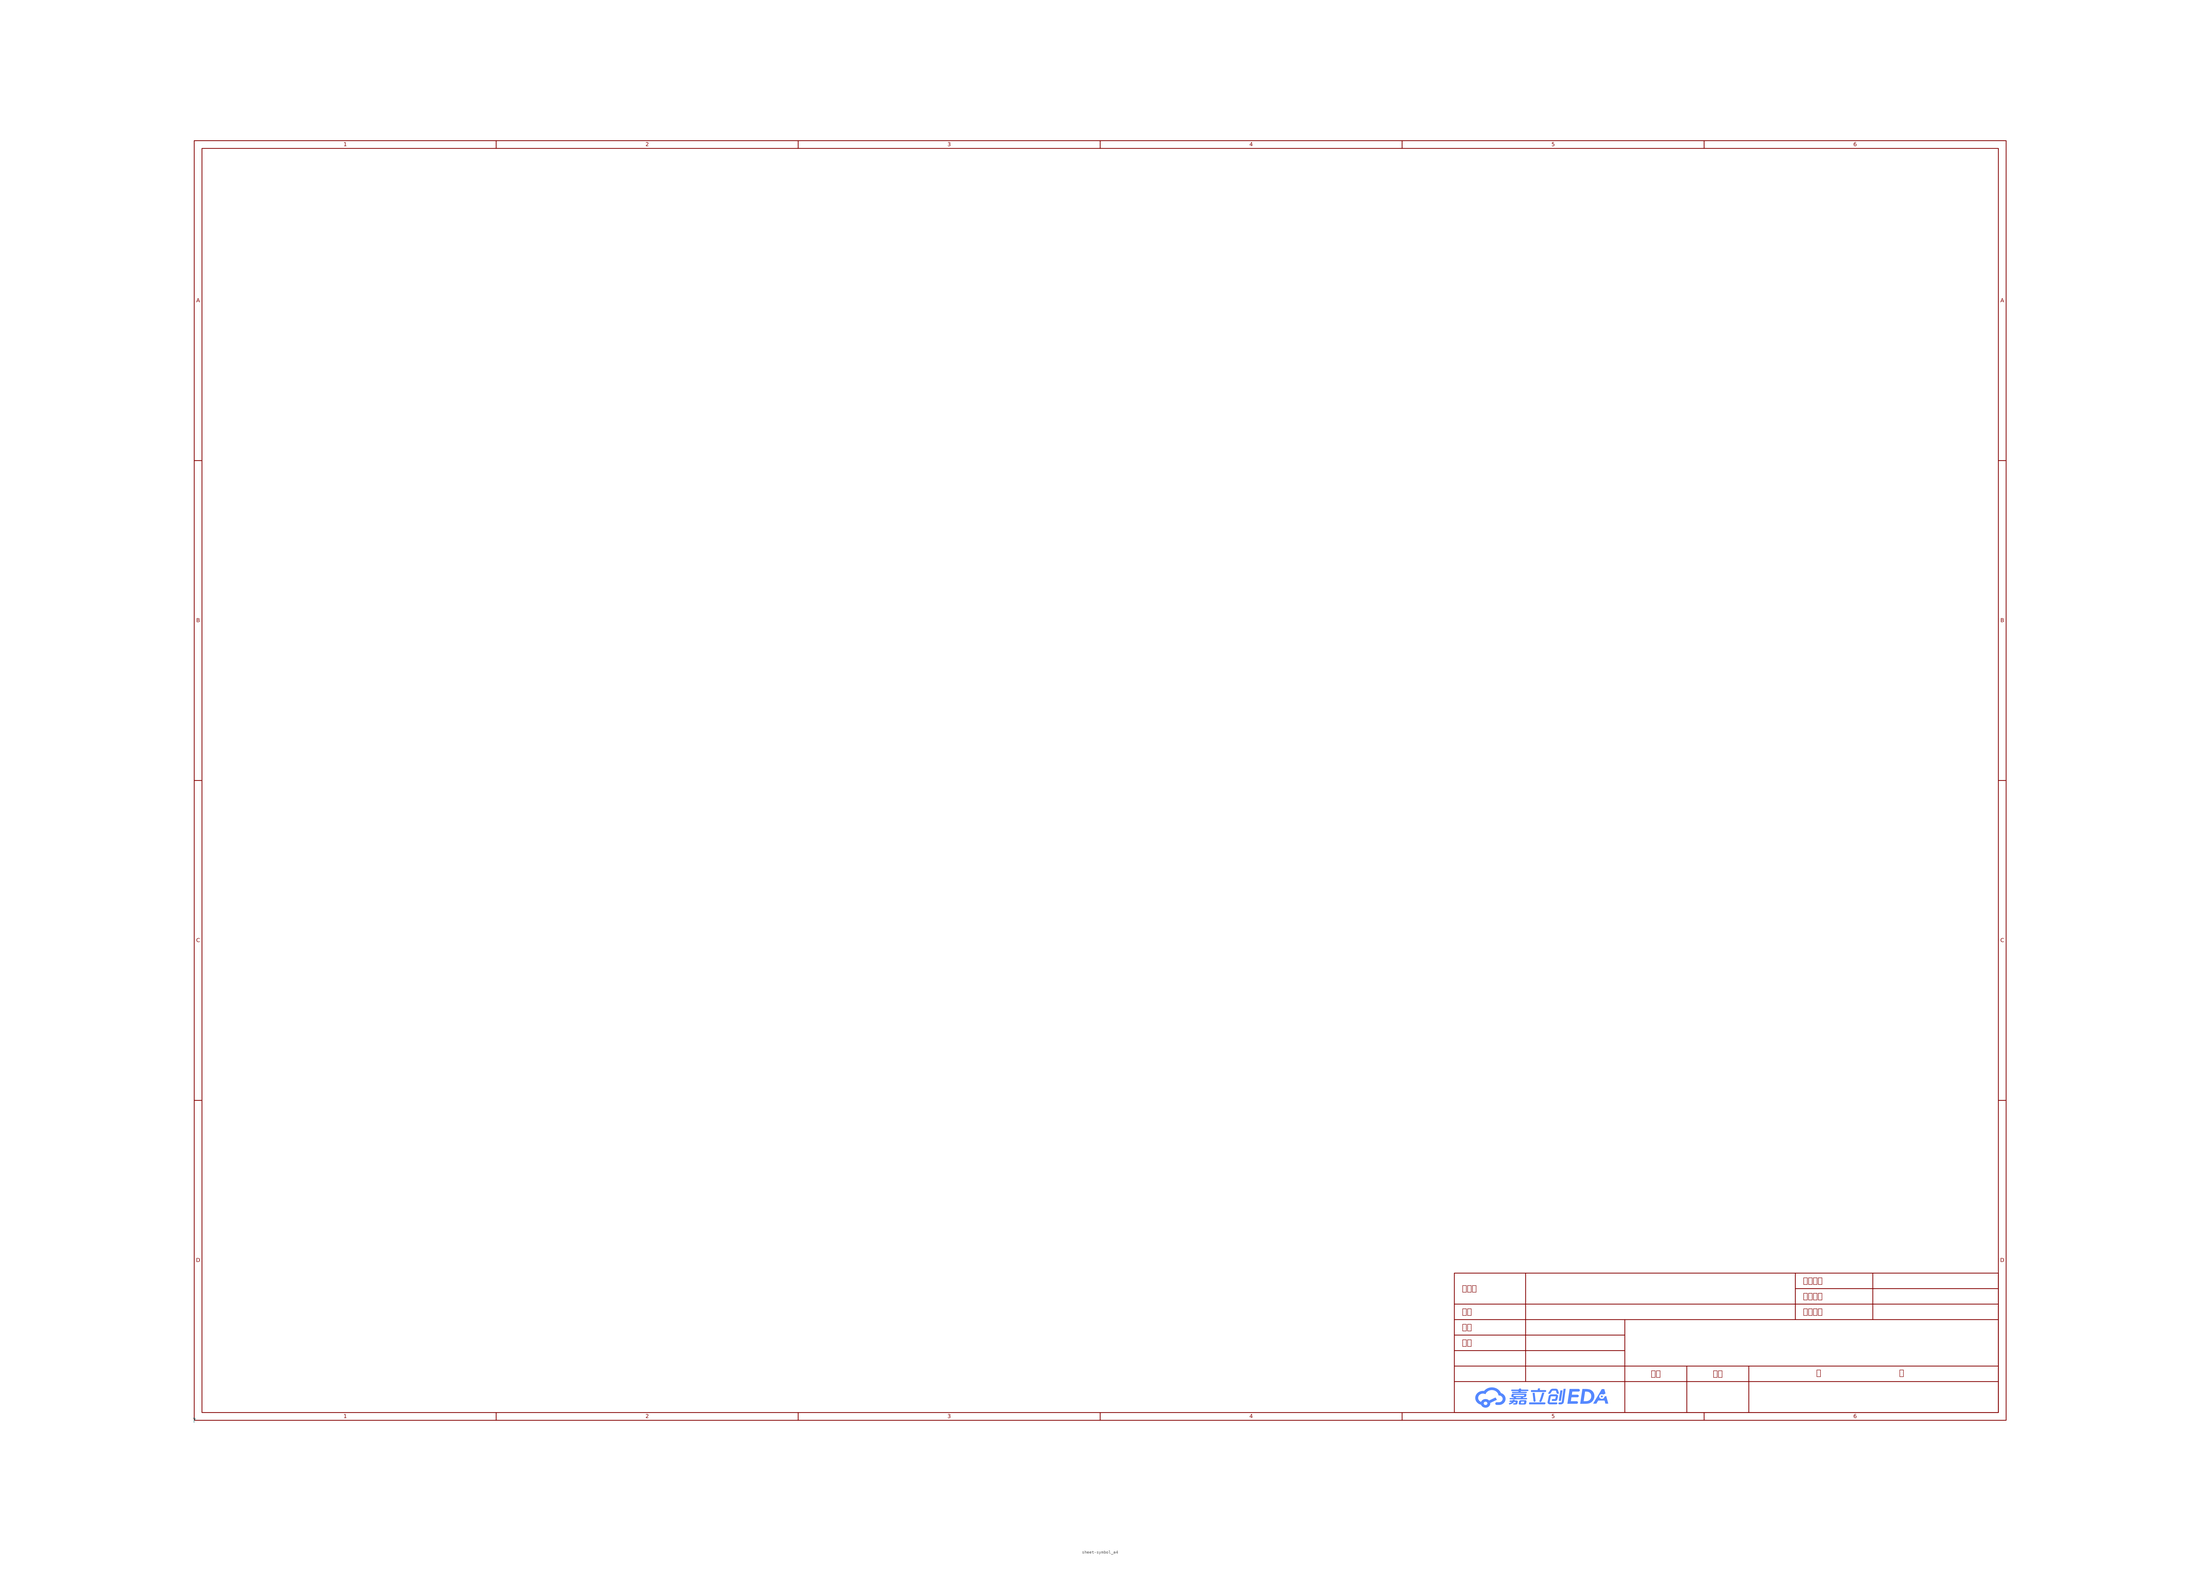
<source format=kicad_sym>
(kicad_symbol_lib
  (version 20241209)
  (generator "kicad_symbol_editor")
  (generator_version "9.0")
  (symbol "sheet-symbol_a4"
    (property "Reference" ""
      (at 0 0 0)
      (effects (font (size 1.27 1.27))))
    (property "Value" ""
      (at 0 0 0)
      (effects (font (size 1.27 1.27))))
    (symbol "sheet-symbol_a4_0_0"
      (polyline (pts (xy 425.457 10.797) (xy 425.603 10.788) (xy 425.748 10.773) (xy 425.892 10.752) (xy 426.034 10.725) (xy 426.173 10.692) (xy 426.312 10.653) (xy 426.447 10.609) (xy 426.581 10.56) (xy 426.712 10.504) (xy 426.84 10.444) (xy 426.965 10.377) (xy 427.087 10.306) (xy 427.206 10.229) (xy 427.321 10.148) (xy 427.433 10.06) (xy 427.503 10.002) (xy 427.571 9.941) (xy 427.637 9.879) (xy 427.7 9.815) (xy 427.761 9.749) (xy 427.82 9.682) (xy 427.877 9.613) (xy 427.931 9.543) (xy 427.983 9.472) (xy 428.032 9.399) (xy 428.079 9.325) (xy 428.124 9.25) (xy 428.166 9.173) (xy 428.206 9.096) (xy 428.243 9.018) (xy 428.277 8.939) (xy 428.441 8.886) (xy 428.599 8.821) (xy 428.749 8.746) (xy 428.893 8.66) (xy 429.028 8.565) (xy 429.154 8.46) (xy 429.271 8.348) (xy 429.378 8.226) (xy 429.474 8.098) (xy 429.559 7.962) (xy 429.633 7.82) (xy 429.693 7.672) (xy 429.741 7.519) (xy 429.76 7.44) (xy 429.775 7.36) (xy 429.786 7.279) (xy 429.794 7.197) (xy 429.798 7.115) (xy 429.799 7.031) (xy 429.796 6.937) (xy 429.789 6.843) (xy 429.777 6.75) (xy 429.76 6.659) (xy 429.739 6.568) (xy 429.713 6.478) (xy 429.683 6.389) (xy 429.648 6.303) (xy 429.609 6.217) (xy 429.565 6.133) (xy 429.517 6.052) (xy 429.465 5.972) (xy 429.409 5.894) (xy 429.348 5.818) (xy 429.284 5.745) (xy 429.215 5.674) (xy 429.144 5.607) (xy 429.069 5.543) (xy 428.992 5.482) (xy 428.912 5.425) (xy 428.829 5.371) (xy 428.744 5.321) (xy 428.657 5.275) (xy 428.567 5.233) (xy 428.476 5.194) (xy 428.382 5.16) (xy 428.287 5.129) (xy 428.19 5.102) (xy 428.092 5.08) (xy 427.992 5.061) (xy 427.891 5.047) (xy 427.789 5.037) (xy 427.748 5.034) (xy 427.706 5.034) (xy 426.871 5.034) (xy 426.871 5.039) (xy 426.847 5.041) (xy 426.824 5.045) (xy 426.802 5.049) (xy 426.779 5.054) (xy 426.757 5.06) (xy 426.736 5.067) (xy 426.715 5.075) (xy 426.695 5.084) (xy 426.675 5.093) (xy 426.655 5.104) (xy 426.636 5.115) (xy 426.618 5.127) (xy 426.601 5.139) (xy 426.584 5.152) (xy 426.567 5.166) (xy 426.552 5.181) (xy 426.537 5.196) (xy 426.523 5.212) (xy 426.51 5.228) (xy 426.497 5.245) (xy 426.486 5.263) (xy 426.475 5.281) (xy 426.465 5.299) (xy 426.456 5.318) (xy 426.448 5.337) (xy 426.441 5.357) (xy 426.435 5.377) (xy 426.43 5.398) (xy 426.427 5.419) (xy 426.424 5.44) (xy 426.422 5.461) (xy 426.421 5.483) (xy 426.422 5.506) (xy 426.424 5.529) (xy 426.427 5.551) (xy 426.432 5.573) (xy 426.437 5.595) (xy 426.444 5.616) (xy 426.452 5.636) (xy 426.46 5.657) (xy 426.47 5.676) (xy 426.481 5.696) (xy 426.493 5.715) (xy 426.506 5.733) (xy 426.52 5.75) (xy 426.534 5.767) (xy 426.55 5.783) (xy 426.566 5.799) (xy 426.583 5.813) (xy 426.601 5.827) (xy 426.62 5.841) (xy 426.639 5.853) (xy 426.659 5.865) (xy 426.68 5.875) (xy 426.701 5.885) (xy 426.722 5.894) (xy 426.745 5.902) (xy 426.767 5.909) (xy 426.791 5.915) (xy 426.814 5.92) (xy 426.838 5.924) (xy 426.863 5.927) (xy 426.887 5.929) (xy 426.912 5.929) (xy 426.925 5.929) (xy 426.938 5.929) (xy 426.95 5.928) (xy 426.962 5.928) (xy 426.974 5.926) (xy 426.986 5.925) (xy 426.998 5.923) (xy 427.01 5.92) (xy 427.713 5.92) (xy 427.772 5.926) (xy 427.829 5.935) (xy 427.886 5.945) (xy 427.942 5.958) (xy 427.996 5.974) (xy 428.05 5.991) (xy 428.102 6.011) (xy 428.153 6.033) (xy 428.203 6.057) (xy 428.251 6.083) (xy 428.298 6.11) (xy 428.344 6.14) (xy 428.388 6.171) (xy 428.43 6.205) (xy 428.47 6.239) (xy 428.509 6.276) (xy 428.546 6.314) (xy 428.581 6.354) (xy 428.614 6.394) (xy 428.645 6.437) (xy 428.674 6.481) (xy 428.701 6.526) (xy 428.725 6.572) (xy 428.747 6.619) (xy 428.767 6.667) (xy 428.785 6.717) (xy 428.8 6.767) (xy 428.812 6.818) (xy 428.822 6.87) (xy 428.829 6.923) (xy 428.833 6.977) (xy 428.834 7.031) (xy 428.833 7.088) (xy 428.828 7.145) (xy 428.82 7.201) (xy 428.809 7.256) (xy 428.796 7.309) (xy 428.779 7.362) (xy 428.76 7.414) (xy 428.738 7.465) (xy 428.714 7.514) (xy 428.687 7.562) (xy 428.657 7.609) (xy 428.625 7.654) (xy 428.591 7.698) (xy 428.555 7.74) (xy 428.516 7.78) (xy 428.476 7.819) (xy 428.433 7.856) (xy 428.389 7.891) (xy 428.343 7.924) (xy 428.295 7.955) (xy 428.245 7.984) (xy 428.193 8.011) (xy 428.141 8.036) (xy 428.086 8.058) (xy 428.031 8.078) (xy 427.974 8.096) (xy 427.915 8.111) (xy 427.856 8.123) (xy 427.796 8.133) (xy 427.734 8.14) (xy 427.672 8.145) (xy 427.608 8.146) (xy 427.578 8.146) (xy 427.562 8.146) (xy 427.548 8.145) (xy 427.533 8.145) (xy 427.518 8.144) (xy 427.503 8.143) (xy 427.489 8.142) (xy 427.475 8.235) (xy 427.456 8.326) (xy 427.433 8.416) (xy 427.406 8.505) (xy 427.374 8.591) (xy 427.339 8.676) (xy 427.299 8.759) (xy 427.255 8.84) (xy 427.207 8.919) (xy 427.155 8.996) (xy 427.1 9.07) (xy 427.042 9.142) (xy 426.979 9.212) (xy 426.914 9.278) (xy 426.846 9.342) (xy 426.774 9.404) (xy 426.7 9.462) (xy 426.622 9.517) (xy 426.542 9.569) (xy 426.459 9.618) (xy 426.374 9.664) (xy 426.286 9.706) (xy 426.197 9.744) (xy 426.104 9.779) (xy 426.01 9.811) (xy 425.914 9.838) (xy 425.816 9.861) (xy 425.717 9.881) (xy 425.615 9.896) (xy 425.513 9.907) (xy 425.409 9.914) (xy 425.303 9.916) (xy 425.212 9.914) (xy 425.123 9.909) (xy 425.034 9.901) (xy 424.946 9.89) (xy 424.86 9.876) (xy 424.774 9.858) (xy 424.69 9.838) (xy 424.608 9.814) (xy 424.526 9.788) (xy 424.447 9.759) (xy 424.368 9.727) (xy 424.292 9.693) (xy 424.217 9.656) (xy 424.144 9.616) (xy 424.073 9.574) (xy 424.004 9.53) (xy 423.936 9.483) (xy 423.871 9.434) (xy 423.808 9.383) (xy 423.747 9.33) (xy 423.689 9.274) (xy 423.632 9.217) (xy 423.579 9.158) (xy 423.527 9.096) (xy 423.479 9.033) (xy 423.433 8.968) (xy 423.389 8.902) (xy 423.348 8.834) (xy 423.311 8.764) (xy 423.276 8.693) (xy 423.244 8.62) (xy 423.215 8.546) (xy 423.169 8.571) (xy 423.123 8.595) (xy 423.075 8.617) (xy 423.026 8.637) (xy 422.977 8.657) (xy 422.927 8.674) (xy 422.876 8.691) (xy 422.824 8.705) (xy 422.771 8.718) (xy 422.718 8.729) (xy 422.664 8.739) (xy 422.609 8.747) (xy 422.554 8.753) (xy 422.498 8.758) (xy 422.442 8.76) (xy 422.385 8.761) (xy 422.304 8.759) (xy 422.225 8.754) (xy 422.147 8.745) (xy 422.069 8.732) (xy 421.994 8.716) (xy 421.919 8.697) (xy 421.847 8.675) (xy 421.776 8.649) (xy 421.706 8.62) (xy 421.639 8.589) (xy 421.573 8.555) (xy 421.51 8.518) (xy 421.448 8.478) (xy 421.389 8.435) (xy 421.332 8.391) (xy 421.278 8.343) (xy 421.226 8.294) (xy 421.177 8.242) (xy 421.13 8.188) (xy 421.087 8.133) (xy 421.046 8.075) (xy 421.009 8.015) (xy 420.974 7.954) (xy 420.943 7.891) (xy 420.914 7.826) (xy 420.89 7.76) (xy 420.869 7.693) (xy 420.851 7.624) (xy 420.838 7.554) (xy 420.828 7.483) (xy 420.822 7.411) (xy 420.82 7.338) (xy 420.821 7.283) (xy 420.824 7.229) (xy 420.829 7.176) (xy 420.837 7.123) (xy 420.847 7.071) (xy 420.859 7.019) (xy 420.873 6.968) (xy 420.889 6.918) (xy 420.906 6.869) (xy 420.926 6.821) (xy 420.947 6.773) (xy 420.971 6.726) (xy 420.996 6.681) (xy 421.023 6.636) (xy 421.051 6.592) (xy 421.082 6.549) (xy 421.113 6.507) (xy 421.147 6.467) (xy 421.182 6.427) (xy 421.218 6.389) (xy 421.256 6.352) (xy 421.295 6.316) (xy 421.336 6.281) (xy 421.378 6.248) (xy 421.421 6.216) (xy 421.466 6.186) (xy 421.512 6.157) (xy 421.558 6.129) (xy 421.607 6.103) (xy 421.656 6.078) (xy 421.706 6.055) (xy 421.757 6.034) (xy 421.802 6.135) (xy 421.855 6.232) (xy 421.916 6.324) (xy 421.984 6.412) (xy 422.058 6.495) (xy 422.14 6.573) (xy 422.227 6.645) (xy 422.32 6.71) (xy 422.419 6.77) (xy 422.523 6.822) (xy 422.631 6.868) (xy 422.744 6.905) (xy 422.861 6.936) (xy 422.981 6.957) (xy 423.104 6.971) (xy 423.23 6.976) (xy 423.317 6.973) (xy 423.402 6.967) (xy 423.487 6.956) (xy 423.57 6.941) (xy 423.651 6.923) (xy 423.73 6.9) (xy 423.808 6.874) (xy 423.884 6.844) (xy 423.957 6.811) (xy 424.029 6.774) (xy 424.098 6.734) (xy 424.164 6.692) (xy 424.228 6.646) (xy 424.289 6.597) (xy 424.347 6.545) (xy 424.402 6.491) (xy 426.497 7.493) (xy 426.976 6.738) (xy 424.785 5.692) (xy 424.787 5.675) (xy 424.789 5.658) (xy 424.79 5.64) (xy 424.791 5.623) (xy 424.792 5.606) (xy 424.792 5.588) (xy 424.793 5.571) (xy 424.793 5.554) (xy 424.791 5.481) (xy 424.785 5.409) (xy 424.775 5.338) (xy 424.761 5.269) (xy 424.743 5.2) (xy 424.722 5.133) (xy 424.698 5.067) (xy 424.67 5.003) (xy 424.638 4.94) (xy 424.604 4.878) (xy 424.566 4.819) (xy 424.526 4.761) (xy 424.482 4.706) (xy 424.436 4.652) (xy 424.387 4.601) (xy 424.335 4.551) (xy 424.281 4.504) (xy 424.224 4.46) (xy 424.165 4.417) (xy 424.104 4.378) (xy 424.04 4.341) (xy 423.975 4.307) (xy 423.908 4.275) (xy 423.839 4.247) (xy 423.768 4.221) (xy 423.695 4.199) (xy 423.622 4.18) (xy 423.546 4.164) (xy 423.469 4.151) (xy 423.391 4.142) (xy 423.312 4.137) (xy 423.232 4.135) (xy 423.168 4.136) (xy 423.105 4.14) (xy 423.042 4.145) (xy 422.98 4.153) (xy 422.919 4.164) (xy 422.859 4.176) (xy 422.799 4.191) (xy 422.741 4.207) (xy 422.683 4.226) (xy 422.627 4.246) (xy 422.571 4.269) (xy 422.517 4.293) (xy 422.464 4.319) (xy 422.412 4.347) (xy 422.362 4.377) (xy 422.313 4.408) (xy 422.265 4.441) (xy 422.219 4.476) (xy 422.174 4.512) (xy 422.131 4.55) (xy 422.089 4.589) (xy 422.049 4.63) (xy 422.011 4.672) (xy 421.975 4.715) (xy 421.94 4.759) (xy 421.907 4.805) (xy 421.876 4.852) (xy 421.847 4.9) (xy 421.82 4.949) (xy 421.796 5) (xy 421.773 5.051) (xy 421.752 5.103) (xy 421.664 5.126) (xy 421.576 5.151) (xy 421.49 5.18) (xy 421.404 5.211) (xy 421.32 5.245) (xy 421.238 5.281) (xy 421.157 5.32) (xy 421.077 5.362) (xy 421 5.407) (xy 420.924 5.454) (xy 420.849 5.504) (xy 420.777 5.556) (xy 420.773 5.559) (xy 422.634 5.559) (xy 422.635 5.53) (xy 422.637 5.502) (xy 422.641 5.475) (xy 422.646 5.448) (xy 422.653 5.421) (xy 422.661 5.395) (xy 422.671 5.369) (xy 422.682 5.344) (xy 422.694 5.32) (xy 422.707 5.296) (xy 422.721 5.274) (xy 422.737 5.251) (xy 422.754 5.23) (xy 422.772 5.209) (xy 422.791 5.189) (xy 422.811 5.17) (xy 422.832 5.152) (xy 422.854 5.135) (xy 422.877 5.119) (xy 422.9 5.103) (xy 422.925 5.089) (xy 422.95 5.076) (xy 422.976 5.064) (xy 423.003 5.053) (xy 423.03 5.043) (xy 423.058 5.035) (xy 423.087 5.027) (xy 423.116 5.021) (xy 423.146 5.016) (xy 423.176 5.013) (xy 423.206 5.011) (xy 423.237 5.01) (xy 423.268 5.011) (xy 423.299 5.013) (xy 423.329 5.016) (xy 423.359 5.021) (xy 423.388 5.027) (xy 423.417 5.035) (xy 423.445 5.043) (xy 423.473 5.053) (xy 423.499 5.064) (xy 423.525 5.076) (xy 423.55 5.09) (xy 423.575 5.104) (xy 423.599 5.119) (xy 423.621 5.136) (xy 423.643 5.153) (xy 423.664 5.171) (xy 423.684 5.19) (xy 423.703 5.21) (xy 423.721 5.231) (xy 423.738 5.252) (xy 423.753 5.274) (xy 423.768 5.297) (xy 423.781 5.321) (xy 423.793 5.345) (xy 423.804 5.37) (xy 423.813 5.396) (xy 423.821 5.422) (xy 423.828 5.448) (xy 423.833 5.475) (xy 423.837 5.503) (xy 423.839 5.53) (xy 423.84 5.559) (xy 423.839 5.587) (xy 423.837 5.615) (xy 423.833 5.642) (xy 423.828 5.67) (xy 423.821 5.696) (xy 423.813 5.722) (xy 423.804 5.748) (xy 423.793 5.773) (xy 423.781 5.797) (xy 423.767 5.821) (xy 423.753 5.844) (xy 423.737 5.866) (xy 423.72 5.887) (xy 423.702 5.908) (xy 423.683 5.928) (xy 423.663 5.947) (xy 423.642 5.965) (xy 423.62 5.982) (xy 423.598 5.998) (xy 423.574 6.014) (xy 423.55 6.028) (xy 423.524 6.041) (xy 423.498 6.053) (xy 423.471 6.064) (xy 423.444 6.074) (xy 423.416 6.083) (xy 423.387 6.09) (xy 423.358 6.096) (xy 423.329 6.101) (xy 423.299 6.104) (xy 423.268 6.106) (xy 423.237 6.107) (xy 423.206 6.106) (xy 423.176 6.104) (xy 423.146 6.101) (xy 423.116 6.096) (xy 423.087 6.09) (xy 423.058 6.082) (xy 423.03 6.074) (xy 423.003 6.064) (xy 422.976 6.053) (xy 422.95 6.041) (xy 422.925 6.027) (xy 422.9 6.013) (xy 422.877 5.998) (xy 422.854 5.981) (xy 422.832 5.964) (xy 422.811 5.946) (xy 422.791 5.927) (xy 422.772 5.907) (xy 422.754 5.886) (xy 422.737 5.865) (xy 422.721 5.843) (xy 422.707 5.82) (xy 422.694 5.796) (xy 422.682 5.772) (xy 422.671 5.747) (xy 422.661 5.721) (xy 422.653 5.695) (xy 422.646 5.669) (xy 422.641 5.642) (xy 422.637 5.614) (xy 422.635 5.587) (xy 422.634 5.559) (xy 420.773 5.559) (xy 420.706 5.611) (xy 420.638 5.668) (xy 420.571 5.727) (xy 420.507 5.79) (xy 420.43 5.871) (xy 420.358 5.955) (xy 420.29 6.042) (xy 420.226 6.131) (xy 420.168 6.222) (xy 420.114 6.316) (xy 420.065 6.411) (xy 420.021 6.508) (xy 419.982 6.608) (xy 419.948 6.708) (xy 419.919 6.811) (xy 419.895 6.914) (xy 419.877 7.018) (xy 419.863 7.124) (xy 419.855 7.23) (xy 419.853 7.338) (xy 419.856 7.452) (xy 419.865 7.566) (xy 419.88 7.679) (xy 419.902 7.791) (xy 419.929 7.901) (xy 419.962 8.009) (xy 420.001 8.116) (xy 420.045 8.22) (xy 420.096 8.323) (xy 420.151 8.423) (xy 420.212 8.521) (xy 420.279 8.616) (xy 420.351 8.708) (xy 420.428 8.798) (xy 420.51 8.884) (xy 420.597 8.968) (xy 420.688 9.047) (xy 420.783 9.123) (xy 420.881 9.193) (xy 420.983 9.258) (xy 421.087 9.319) (xy 421.195 9.374) (xy 421.305 9.425) (xy 421.418 9.47) (xy 421.533 9.511) (xy 421.65 9.546) (xy 421.769 9.576) (xy 421.89 9.601) (xy 422.013 9.62) (xy 422.137 9.634) (xy 422.263 9.642) (xy 422.39 9.645) (xy 422.435 9.645) (xy 422.481 9.644) (xy 422.526 9.642) (xy 422.571 9.64) (xy 422.616 9.637) (xy 422.661 9.633) (xy 422.706 9.628) (xy 422.751 9.623) (xy 422.787 9.667) (xy 422.824 9.71) (xy 422.862 9.752) (xy 422.901 9.794) (xy 422.941 9.836) (xy 422.982 9.876) (xy 423.023 9.916) (xy 423.066 9.955) (xy 423.109 9.994) (xy 423.153 10.031) (xy 423.198 10.069) (xy 423.244 10.105) (xy 423.29 10.14) (xy 423.338 10.175) (xy 423.386 10.209) (xy 423.435 10.243) (xy 423.539 10.309) (xy 423.645 10.371) (xy 423.753 10.429) (xy 423.863 10.483) (xy 423.975 10.533) (xy 424.089 10.579) (xy 424.205 10.621) (xy 424.322 10.658) (xy 424.441 10.691) (xy 424.562 10.72) (xy 424.684 10.744) (xy 424.807 10.764) (xy 424.931 10.78) (xy 425.057 10.791) (xy 425.183 10.798) (xy 425.31 10.8) (xy 425.457 10.797)) (stroke (width -0.0001) (type solid)) (fill (type color) (color 85 136 255 1)))
      (polyline (pts (xy 432.756 6.516) (xy 433.335 6.516) (xy 433.368 6.515) (xy 433.4 6.514) (xy 433.43 6.512) (xy 433.459 6.508) (xy 433.487 6.504) (xy 433.514 6.499) (xy 433.539 6.493) (xy 433.563 6.486) (xy 433.586 6.479) (xy 433.608 6.47) (xy 433.628 6.46) (xy 433.648 6.449) (xy 433.666 6.438) (xy 433.682 6.425) (xy 433.698 6.412) (xy 433.712 6.397) (xy 433.725 6.381) (xy 433.736 6.365) (xy 433.747 6.348) (xy 433.756 6.329) (xy 433.764 6.31) (xy 433.771 6.29) (xy 433.777 6.268) (xy 433.781 6.246) (xy 433.784 6.223) (xy 433.786 6.198) (xy 433.787 6.173) (xy 433.786 6.147) (xy 433.784 6.12) (xy 433.781 6.091) (xy 433.777 6.062) (xy 433.772 6.032) (xy 433.694 5.619) (xy 433.69 5.588) (xy 433.686 5.56) (xy 433.681 5.532) (xy 433.674 5.506) (xy 433.667 5.481) (xy 433.659 5.456) (xy 433.65 5.433) (xy 433.639 5.412) (xy 433.628 5.391) (xy 433.616 5.371) (xy 433.603 5.352) (xy 433.588 5.335) (xy 433.572 5.318) (xy 433.556 5.302) (xy 433.538 5.287) (xy 433.519 5.273) (xy 433.499 5.261) (xy 433.478 5.248) (xy 433.456 5.237) (xy 433.432 5.227) (xy 433.407 5.218) (xy 433.381 5.209) (xy 433.354 5.201) (xy 433.326 5.194) (xy 433.296 5.188) (xy 433.265 5.182) (xy 433.199 5.173) (xy 433.128 5.167) (xy 433.052 5.163) (xy 432.319 5.163) (xy 432.319 5.59) (xy 432.773 5.59) (xy 432.807 5.59) (xy 432.839 5.592) (xy 432.868 5.596) (xy 432.895 5.6) (xy 432.919 5.606) (xy 432.942 5.612) (xy 432.962 5.62) (xy 432.981 5.629) (xy 432.998 5.639) (xy 433.012 5.65) (xy 433.026 5.661) (xy 433.038 5.674) (xy 433.048 5.687) (xy 433.057 5.701) (xy 433.065 5.716) (xy 433.071 5.732) (xy 433.103 5.861) (xy 433.106 5.871) (xy 433.108 5.881) (xy 433.109 5.891) (xy 433.11 5.9) (xy 433.11 5.91) (xy 433.109 5.918) (xy 433.108 5.927) (xy 433.106 5.935) (xy 433.104 5.943) (xy 433.1 5.95) (xy 433.097 5.958) (xy 433.092 5.965) (xy 433.087 5.971) (xy 433.081 5.977) (xy 433.075 5.983) (xy 433.068 5.989) (xy 433.06 5.994) (xy 433.052 5.999) (xy 433.043 6.003) (xy 433.034 6.007) (xy 433.023 6.011) (xy 433.012 6.015) (xy 433.001 6.018) (xy 432.989 6.021) (xy 432.976 6.023) (xy 432.963 6.026) (xy 432.949 6.027) (xy 432.934 6.029) (xy 432.918 6.03) (xy 432.902 6.031) (xy 432.886 6.031) (xy 432.868 6.032) (xy 432.556 6.032) (xy 432.498 5.954) (xy 432.437 5.88) (xy 432.371 5.81) (xy 432.301 5.744) (xy 432.226 5.681) (xy 432.147 5.621) (xy 432.063 5.565) (xy 431.973 5.511) (xy 431.878 5.459) (xy 431.778 5.41) (xy 431.671 5.363) (xy 431.558 5.318) (xy 431.438 5.274) (xy 431.312 5.231) (xy 431.18 5.19) (xy 431.039 5.15) (xy 430.851 5.576) (xy 431.026 5.627) (xy 431.177 5.673) (xy 431.245 5.696) (xy 431.309 5.718) (xy 431.369 5.741) (xy 431.426 5.765) (xy 431.481 5.789) (xy 431.533 5.815) (xy 431.584 5.843) (xy 431.635 5.873) (xy 431.685 5.905) (xy 431.735 5.939) (xy 431.786 5.977) (xy 431.838 6.018) (xy 431.088 6.018) (xy 431.166 6.502) (xy 432.089 6.502) (xy 432.09 6.505) (xy 432.09 6.51) (xy 432.091 6.514) (xy 432.092 6.52) (xy 432.096 6.535) (xy 432.101 6.552) (xy 432.104 6.562) (xy 432.107 6.572) (xy 432.111 6.583) (xy 432.115 6.594) (xy 432.12 6.606) (xy 432.125 6.619) (xy 432.13 6.631) (xy 432.136 6.645) (xy 432.137 6.65) (xy 432.139 6.655) (xy 432.141 6.66) (xy 432.144 6.665) (xy 432.146 6.67) (xy 432.149 6.675) (xy 432.152 6.68) (xy 432.155 6.685) (xy 432.159 6.689) (xy 432.162 6.693) (xy 432.166 6.697) (xy 432.17 6.702) (xy 432.175 6.705) (xy 432.179 6.709) (xy 432.184 6.713) (xy 432.188 6.716) (xy 432.193 6.72) (xy 432.198 6.723) (xy 432.203 6.725) (xy 432.209 6.728) (xy 432.214 6.731) (xy 432.219 6.733) (xy 432.225 6.735) (xy 432.231 6.737) (xy 432.236 6.739) (xy 432.242 6.74) (xy 432.248 6.742) (xy 432.254 6.743) (xy 432.26 6.743) (xy 432.266 6.744) (xy 432.272 6.744) (xy 432.277 6.745) (xy 432.825 6.745) (xy 432.756 6.516)) (stroke (width -0.0001) (type solid)) (fill (type color) (color 85 136 255 1)))
      (polyline (pts (xy 434.868 10.069) (xy 437.027 10.069) (xy 437.042 10.069) (xy 437.056 10.068) (xy 437.07 10.066) (xy 437.084 10.063) (xy 437.098 10.06) (xy 437.111 10.056) (xy 437.124 10.052) (xy 437.137 10.047) (xy 437.149 10.041) (xy 437.161 10.035) (xy 437.173 10.028) (xy 437.184 10.02) (xy 437.195 10.012) (xy 437.205 10.004) (xy 437.215 9.995) (xy 437.224 9.986) (xy 437.233 9.976) (xy 437.242 9.965) (xy 437.25 9.954) (xy 437.257 9.943) (xy 437.264 9.932) (xy 437.27 9.92) (xy 437.275 9.908) (xy 437.28 9.895) (xy 437.284 9.882) (xy 437.288 9.869) (xy 437.29 9.856) (xy 437.293 9.842) (xy 437.294 9.828) (xy 437.295 9.814) (xy 437.294 9.8) (xy 437.293 9.785) (xy 437.292 9.774) (xy 437.289 9.764) (xy 437.287 9.754) (xy 437.284 9.744) (xy 437.28 9.734) (xy 437.276 9.725) (xy 437.271 9.715) (xy 437.265 9.706) (xy 437.26 9.697) (xy 437.254 9.688) (xy 437.247 9.68) (xy 437.24 9.672) (xy 437.233 9.664) (xy 437.225 9.657) (xy 437.216 9.649) (xy 437.208 9.643) (xy 437.199 9.636) (xy 437.19 9.63) (xy 437.18 9.624) (xy 437.17 9.618) (xy 437.159 9.613) (xy 437.149 9.609) (xy 437.138 9.604) (xy 437.126 9.601) (xy 437.115 9.597) (xy 437.103 9.594) (xy 437.091 9.591) (xy 437.079 9.589) (xy 437.066 9.587) (xy 437.053 9.586) (xy 437.04 9.585) (xy 437.027 9.585) (xy 434.805 9.585) (xy 434.759 9.343) (xy 436.558 9.343) (xy 436.572 9.343) (xy 436.584 9.342) (xy 436.597 9.34) (xy 436.61 9.338) (xy 436.622 9.335) (xy 436.634 9.332) (xy 436.645 9.328) (xy 436.656 9.323) (xy 436.667 9.318) (xy 436.678 9.313) (xy 436.688 9.307) (xy 436.698 9.3) (xy 436.707 9.294) (xy 436.716 9.286) (xy 436.724 9.278) (xy 436.732 9.27) (xy 436.74 9.262) (xy 436.747 9.253) (xy 436.753 9.244) (xy 436.759 9.234) (xy 436.764 9.224) (xy 436.769 9.214) (xy 436.773 9.204) (xy 436.776 9.193) (xy 436.779 9.182) (xy 436.781 9.171) (xy 436.782 9.16) (xy 436.783 9.148) (xy 436.783 9.137) (xy 436.782 9.125) (xy 436.78 9.113) (xy 436.778 9.101) (xy 436.776 9.092) (xy 436.774 9.083) (xy 436.772 9.074) (xy 436.769 9.065) (xy 436.766 9.056) (xy 436.762 9.048) (xy 436.758 9.04) (xy 436.753 9.032) (xy 436.748 9.024) (xy 436.743 9.017) (xy 436.737 9.01) (xy 436.731 9.003) (xy 436.725 8.996) (xy 436.718 8.99) (xy 436.711 8.984) (xy 436.704 8.978) (xy 436.696 8.973) (xy 436.689 8.967) (xy 436.68 8.962) (xy 436.672 8.958) (xy 436.664 8.954) (xy 436.655 8.95) (xy 436.646 8.946) (xy 436.637 8.943) (xy 436.628 8.94) (xy 436.618 8.937) (xy 436.608 8.935) (xy 436.599 8.933) (xy 436.589 8.932) (xy 436.579 8.931) (xy 436.569 8.93) (xy 436.558 8.93) (xy 432.053 8.93) (xy 432.044 8.93) (xy 432.036 8.931) (xy 432.027 8.932) (xy 432.019 8.933) (xy 432.012 8.935) (xy 432.004 8.937) (xy 431.997 8.94) (xy 431.989 8.942) (xy 431.983 8.946) (xy 431.976 8.949) (xy 431.969 8.953) (xy 431.963 8.957) (xy 431.957 8.961) (xy 431.952 8.966) (xy 431.947 8.971) (xy 431.942 8.976) (xy 431.937 8.982) (xy 431.933 8.987) (xy 431.929 8.993) (xy 431.925 8.999) (xy 431.922 9.005) (xy 431.919 9.012) (xy 431.916 9.019) (xy 431.914 9.025) (xy 431.912 9.033) (xy 431.911 9.04) (xy 431.91 9.047) (xy 431.909 9.055) (xy 431.909 9.062) (xy 431.909 9.07) (xy 431.91 9.078) (xy 431.911 9.085) (xy 431.958 9.341) (xy 433.992 9.341) (xy 434.038 9.583) (xy 431.801 9.583) (xy 431.793 9.584) (xy 431.784 9.585) (xy 431.776 9.586) (xy 431.767 9.588) (xy 431.759 9.591) (xy 431.751 9.594) (xy 431.743 9.597) (xy 431.736 9.6) (xy 431.728 9.604) (xy 431.721 9.608) (xy 431.714 9.613) (xy 431.707 9.617) (xy 431.701 9.623) (xy 431.695 9.628) (xy 431.689 9.633) (xy 431.683 9.639) (xy 431.678 9.645) (xy 431.673 9.651) (xy 431.668 9.657) (xy 431.664 9.664) (xy 431.66 9.67) (xy 431.657 9.677) (xy 431.654 9.684) (xy 431.651 9.69) (xy 431.649 9.697) (xy 431.647 9.704) (xy 431.646 9.711) (xy 431.645 9.718) (xy 431.645 9.725) (xy 431.645 9.732) (xy 431.646 9.738) (xy 431.647 9.745) (xy 431.711 10.072) (xy 434.119 10.072) (xy 434.151 10.298) (xy 434.152 10.305) (xy 434.154 10.311) (xy 434.156 10.317) (xy 434.158 10.323) (xy 434.161 10.329) (xy 434.163 10.335) (xy 434.167 10.341) (xy 434.17 10.346) (xy 434.173 10.351) (xy 434.177 10.356) (xy 434.181 10.361) (xy 434.185 10.365) (xy 434.189 10.37) (xy 434.194 10.374) (xy 434.198 10.378) (xy 434.203 10.381) (xy 434.208 10.385) (xy 434.213 10.388) (xy 434.218 10.391) (xy 434.223 10.394) (xy 434.229 10.397) (xy 434.234 10.399) (xy 434.24 10.402) (xy 434.245 10.404) (xy 434.251 10.405) (xy 434.257 10.407) (xy 434.262 10.408) (xy 434.268 10.409) (xy 434.274 10.41) (xy 434.28 10.411) (xy 434.286 10.411) (xy 434.292 10.411) (xy 434.932 10.411) (xy 434.868 10.069)) (stroke (width -0.0001) (type solid)) (fill (type color) (color 85 136 255 1)))
      (polyline (pts (xy 436.201 8.736) (xy 436.233 8.735) (xy 436.263 8.733) (xy 436.293 8.73) (xy 436.321 8.726) (xy 436.348 8.722) (xy 436.373 8.716) (xy 436.397 8.71) (xy 436.421 8.703) (xy 436.442 8.695) (xy 436.463 8.686) (xy 436.482 8.677) (xy 436.5 8.666) (xy 436.517 8.655) (xy 436.533 8.643) (xy 436.548 8.63) (xy 436.561 8.616) (xy 436.573 8.602) (xy 436.584 8.586) (xy 436.594 8.57) (xy 436.602 8.553) (xy 436.61 8.535) (xy 436.616 8.517) (xy 436.621 8.497) (xy 436.625 8.476) (xy 436.628 8.455) (xy 436.63 8.433) (xy 436.63 8.41) (xy 436.63 8.386) (xy 436.628 8.362) (xy 436.626 8.337) (xy 436.622 8.31) (xy 436.575 8.039) (xy 436.565 7.985) (xy 436.557 7.959) (xy 436.549 7.934) (xy 436.54 7.909) (xy 436.53 7.886) (xy 436.518 7.863) (xy 436.506 7.842) (xy 436.492 7.821) (xy 436.477 7.801) (xy 436.462 7.782) (xy 436.445 7.763) (xy 436.427 7.746) (xy 436.408 7.73) (xy 436.388 7.714) (xy 436.367 7.699) (xy 436.344 7.685) (xy 436.321 7.672) (xy 436.297 7.66) (xy 436.272 7.649) (xy 436.245 7.639) (xy 436.218 7.629) (xy 436.16 7.613) (xy 436.098 7.6) (xy 436.031 7.591) (xy 435.961 7.586) (xy 435.887 7.584) (xy 435.652 7.584) (xy 435.649 7.573) (xy 435.645 7.562) (xy 435.64 7.551) (xy 435.635 7.54) (xy 435.629 7.529) (xy 435.622 7.518) (xy 435.608 7.494) (xy 435.577 7.443) (xy 435.56 7.415) (xy 435.542 7.384) (xy 435.539 7.379) (xy 435.535 7.373) (xy 435.531 7.368) (xy 435.527 7.363) (xy 435.523 7.358) (xy 435.519 7.353) (xy 435.514 7.348) (xy 435.51 7.343) (xy 435.505 7.338) (xy 435.501 7.334) (xy 435.493 7.326) (xy 435.485 7.319) (xy 435.479 7.313) (xy 436.636 7.313) (xy 436.65 7.313) (xy 436.663 7.312) (xy 436.676 7.31) (xy 436.688 7.307) (xy 436.701 7.304) (xy 436.713 7.301) (xy 436.725 7.296) (xy 436.737 7.291) (xy 436.748 7.286) (xy 436.76 7.28) (xy 436.77 7.273) (xy 436.781 7.266) (xy 436.79 7.259) (xy 436.8 7.251) (xy 436.808 7.243) (xy 436.817 7.234) (xy 436.825 7.226) (xy 436.832 7.216) (xy 436.838 7.207) (xy 436.844 7.197) (xy 436.85 7.188) (xy 436.854 7.177) (xy 436.858 7.167) (xy 436.861 7.157) (xy 436.864 7.146) (xy 436.865 7.135) (xy 436.866 7.125) (xy 436.866 7.114) (xy 436.865 7.103) (xy 436.863 7.092) (xy 436.86 7.082) (xy 436.856 7.071) (xy 436.855 7.061) (xy 436.852 7.05) (xy 436.85 7.04) (xy 436.846 7.031) (xy 436.843 7.021) (xy 436.839 7.012) (xy 436.834 7.003) (xy 436.829 6.994) (xy 436.823 6.986) (xy 436.817 6.978) (xy 436.811 6.97) (xy 436.805 6.963) (xy 436.798 6.956) (xy 436.79 6.949) (xy 436.783 6.942) (xy 436.775 6.936) (xy 436.767 6.931) (xy 436.758 6.925) (xy 436.749 6.92) (xy 436.74 6.915) (xy 436.722 6.907) (xy 436.703 6.899) (xy 436.683 6.894) (xy 436.663 6.89) (xy 436.653 6.888) (xy 436.642 6.888) (xy 436.632 6.887) (xy 436.622 6.887) (xy 431.257 6.887) (xy 431.249 6.887) (xy 431.242 6.888) (xy 431.235 6.888) (xy 431.228 6.89) (xy 431.22 6.892) (xy 431.213 6.894) (xy 431.206 6.896) (xy 431.2 6.899) (xy 431.193 6.902) (xy 431.186 6.906) (xy 431.18 6.91) (xy 431.174 6.914) (xy 431.168 6.918) (xy 431.162 6.923) (xy 431.156 6.928) (xy 431.151 6.933) (xy 431.146 6.938) (xy 431.141 6.944) (xy 431.137 6.95) (xy 431.133 6.956) (xy 431.129 6.962) (xy 431.126 6.969) (xy 431.123 6.975) (xy 431.12 6.982) (xy 431.118 6.989) (xy 431.116 6.997) (xy 431.115 7.004) (xy 431.114 7.011) (xy 431.113 7.019) (xy 431.113 7.027) (xy 431.114 7.034) (xy 431.115 7.042) (xy 431.161 7.313) (xy 432.49 7.313) (xy 432.487 7.316) (xy 432.484 7.319) (xy 432.481 7.322) (xy 432.478 7.326) (xy 432.476 7.33) (xy 432.473 7.334) (xy 432.467 7.343) (xy 432.461 7.353) (xy 432.455 7.363) (xy 432.449 7.373) (xy 432.443 7.384) (xy 432.42 7.474) (xy 432.414 7.499) (xy 432.409 7.525) (xy 432.403 7.554) (xy 432.397 7.584) (xy 433.179 7.584) (xy 433.202 7.494) (xy 433.208 7.469) (xy 433.214 7.443) (xy 433.219 7.415) (xy 433.225 7.384) (xy 433.231 7.373) (xy 433.236 7.363) (xy 433.242 7.353) (xy 433.248 7.343) (xy 433.251 7.338) (xy 433.254 7.334) (xy 433.257 7.33) (xy 433.26 7.326) (xy 433.263 7.322) (xy 433.266 7.319) (xy 433.269 7.316) (xy 433.271 7.313) (xy 434.695 7.313) (xy 434.702 7.319) (xy 434.71 7.326) (xy 434.719 7.334) (xy 434.723 7.338) (xy 434.728 7.343) (xy 434.732 7.348) (xy 434.736 7.353) (xy 434.741 7.358) (xy 434.745 7.363) (xy 434.749 7.368) (xy 434.752 7.373) (xy 434.756 7.379) (xy 434.759 7.384) (xy 434.771 7.401) (xy 434.783 7.419) (xy 434.795 7.439) (xy 434.808 7.462) (xy 434.822 7.487) (xy 434.836 7.516) (xy 434.852 7.548) (xy 434.868 7.584) (xy 433.179 7.584) (xy 432.397 7.584) (xy 432.163 7.584) (xy 432.129 7.585) (xy 432.098 7.586) (xy 432.067 7.588) (xy 432.038 7.591) (xy 432.009 7.595) (xy 431.983 7.599) (xy 431.957 7.604) (xy 431.933 7.611) (xy 431.91 7.618) (xy 431.888 7.626) (xy 431.867 7.634) (xy 431.848 7.644) (xy 431.83 7.654) (xy 431.813 7.666) (xy 431.797 7.678) (xy 431.783 7.691) (xy 431.769 7.704) (xy 431.757 7.719) (xy 431.746 7.734) (xy 431.736 7.751) (xy 431.728 7.768) (xy 431.721 7.786) (xy 431.714 7.804) (xy 431.709 7.824) (xy 431.705 7.844) (xy 431.702 7.866) (xy 431.7 7.888) (xy 431.7 7.91) (xy 431.7 7.934) (xy 431.702 7.959) (xy 431.705 7.984) (xy 431.709 8.011) (xy 431.721 8.083) (xy 432.394 8.083) (xy 432.395 8.074) (xy 432.395 8.065) (xy 432.396 8.056) (xy 432.397 8.048) (xy 432.399 8.04) (xy 432.401 8.033) (xy 432.403 8.026) (xy 432.406 8.019) (xy 432.409 8.012) (xy 432.412 8.006) (xy 432.415 8) (xy 432.419 7.995) (xy 432.423 7.99) (xy 432.428 7.985) (xy 432.433 7.981) (xy 432.438 7.976) (xy 432.443 7.973) (xy 432.449 7.969) (xy 432.455 7.966) (xy 432.461 7.963) (xy 432.468 7.961) (xy 432.474 7.959) (xy 432.482 7.957) (xy 432.489 7.955) (xy 432.497 7.954) (xy 432.505 7.953) (xy 432.513 7.953) (xy 432.522 7.953) (xy 435.713 7.953) (xy 435.724 7.953) (xy 435.733 7.953) (xy 435.743 7.954) (xy 435.752 7.955) (xy 435.762 7.957) (xy 435.77 7.959) (xy 435.779 7.961) (xy 435.787 7.963) (xy 435.795 7.966) (xy 435.803 7.97) (xy 435.81 7.973) (xy 435.817 7.977) (xy 435.824 7.981) (xy 435.831 7.986) (xy 435.837 7.991) (xy 435.843 7.996) (xy 435.849 8.001) (xy 435.854 8.007) (xy 435.86 8.013) (xy 435.864 8.02) (xy 435.869 8.027) (xy 435.873 8.034) (xy 435.877 8.041) (xy 435.881 8.049) (xy 435.885 8.057) (xy 435.888 8.066) (xy 435.894 8.084) (xy 435.898 8.103) (xy 435.901 8.124) (xy 435.916 8.224) (xy 435.917 8.23) (xy 435.918 8.237) (xy 435.919 8.243) (xy 435.919 8.249) (xy 435.918 8.255) (xy 435.918 8.261) (xy 435.917 8.266) (xy 435.916 8.271) (xy 435.914 8.277) (xy 435.912 8.281) (xy 435.909 8.286) (xy 435.907 8.291) (xy 435.904 8.295) (xy 435.9 8.299) (xy 435.896 8.303) (xy 435.892 8.307) (xy 435.887 8.31) (xy 435.882 8.314) (xy 435.877 8.317) (xy 435.871 8.32) (xy 435.865 8.323) (xy 435.859 8.325) (xy 435.852 8.327) (xy 435.845 8.329) (xy 435.837 8.331) (xy 435.829 8.333) (xy 435.821 8.334) (xy 435.813 8.335) (xy 435.794 8.336) (xy 435.774 8.337) (xy 432.583 8.337) (xy 432.566 8.337) (xy 432.549 8.336) (xy 432.534 8.334) (xy 432.526 8.333) (xy 432.519 8.331) (xy 432.512 8.329) (xy 432.505 8.328) (xy 432.498 8.326) (xy 432.492 8.323) (xy 432.485 8.321) (xy 432.479 8.318) (xy 432.474 8.315) (xy 432.468 8.312) (xy 432.463 8.309) (xy 432.457 8.305) (xy 432.452 8.301) (xy 432.448 8.297) (xy 432.443 8.292) (xy 432.439 8.287) (xy 432.435 8.282) (xy 432.432 8.277) (xy 432.428 8.271) (xy 432.425 8.265) (xy 432.422 8.259) (xy 432.42 8.253) (xy 432.417 8.246) (xy 432.415 8.239) (xy 432.413 8.232) (xy 432.412 8.224) (xy 432.397 8.124) (xy 432.396 8.113) (xy 432.395 8.103) (xy 432.395 8.093) (xy 432.394 8.083) (xy 431.721 8.083) (xy 431.755 8.281) (xy 431.768 8.336) (xy 431.784 8.387) (xy 431.794 8.411) (xy 431.804 8.435) (xy 431.814 8.457) (xy 431.826 8.479) (xy 431.838 8.5) (xy 431.851 8.52) (xy 431.865 8.539) (xy 431.879 8.557) (xy 431.894 8.575) (xy 431.91 8.591) (xy 431.926 8.607) (xy 431.943 8.621) (xy 431.962 8.635) (xy 431.98 8.648) (xy 432 8.661) (xy 432.02 8.672) (xy 432.041 8.682) (xy 432.062 8.691) (xy 432.085 8.7) (xy 432.108 8.708) (xy 432.132 8.715) (xy 432.156 8.72) (xy 432.182 8.725) (xy 432.208 8.729) (xy 432.234 8.733) (xy 432.262 8.735) (xy 432.29 8.736) (xy 432.319 8.737) (xy 436.168 8.737) (xy 436.201 8.736)) (stroke (width -0.0001) (type solid)) (fill (type color) (color 85 136 255 1)))
      (polyline (pts (xy 436.244 6.6) (xy 436.274 6.598) (xy 436.302 6.596) (xy 436.329 6.593) (xy 436.355 6.589) (xy 436.379 6.584) (xy 436.403 6.578) (xy 436.426 6.571) (xy 436.447 6.563) (xy 436.468 6.554) (xy 436.487 6.545) (xy 436.505 6.535) (xy 436.523 6.523) (xy 436.539 6.511) (xy 436.554 6.497) (xy 436.568 6.483) (xy 436.581 6.468) (xy 436.593 6.452) (xy 436.604 6.435) (xy 436.614 6.417) (xy 436.622 6.399) (xy 436.63 6.379) (xy 436.637 6.358) (xy 436.642 6.337) (xy 436.647 6.314) (xy 436.651 6.291) (xy 436.653 6.267) (xy 436.655 6.242) (xy 436.655 6.188) (xy 436.651 6.131) (xy 436.558 5.619) (xy 436.545 5.562) (xy 436.529 5.51) (xy 436.509 5.461) (xy 436.498 5.439) (xy 436.486 5.417) (xy 436.473 5.396) (xy 436.46 5.377) (xy 436.445 5.358) (xy 436.43 5.34) (xy 436.414 5.324) (xy 436.397 5.308) (xy 436.379 5.293) (xy 436.36 5.278) (xy 436.34 5.265) (xy 436.319 5.253) (xy 436.297 5.241) (xy 436.274 5.231) (xy 436.25 5.221) (xy 436.225 5.212) (xy 436.172 5.196) (xy 436.115 5.183) (xy 436.053 5.174) (xy 435.987 5.167) (xy 435.916 5.163) (xy 434.588 5.163) (xy 434.517 5.165) (xy 434.484 5.167) (xy 434.453 5.169) (xy 434.423 5.173) (xy 434.394 5.177) (xy 434.367 5.182) (xy 434.341 5.188) (xy 434.316 5.194) (xy 434.293 5.202) (xy 434.272 5.21) (xy 434.252 5.219) (xy 434.233 5.229) (xy 434.215 5.24) (xy 434.199 5.251) (xy 434.185 5.264) (xy 434.171 5.277) (xy 434.159 5.292) (xy 434.149 5.307) (xy 434.14 5.323) (xy 434.132 5.34) (xy 434.125 5.358) (xy 434.12 5.377) (xy 434.116 5.396) (xy 434.114 5.417) (xy 434.113 5.439) (xy 434.113 5.462) (xy 434.114 5.485) (xy 434.117 5.51) (xy 434.121 5.535) (xy 434.127 5.562) (xy 434.133 5.59) (xy 434.15 5.689) (xy 434.809 5.689) (xy 434.809 5.681) (xy 434.81 5.673) (xy 434.812 5.665) (xy 434.814 5.657) (xy 434.817 5.65) (xy 434.821 5.643) (xy 434.825 5.637) (xy 434.83 5.631) (xy 434.836 5.625) (xy 434.842 5.619) (xy 434.849 5.614) (xy 434.856 5.609) (xy 434.865 5.605) (xy 434.873 5.601) (xy 434.883 5.597) (xy 434.893 5.593) (xy 434.903 5.59) (xy 434.914 5.587) (xy 434.939 5.582) (xy 434.965 5.579) (xy 434.994 5.577) (xy 435.025 5.576) (xy 435.635 5.576) (xy 435.647 5.577) (xy 435.658 5.577) (xy 435.67 5.578) (xy 435.68 5.58) (xy 435.691 5.581) (xy 435.701 5.584) (xy 435.711 5.586) (xy 435.721 5.589) (xy 435.73 5.593) (xy 435.74 5.597) (xy 435.748 5.601) (xy 435.757 5.606) (xy 435.765 5.611) (xy 435.773 5.616) (xy 435.78 5.622) (xy 435.787 5.628) (xy 435.794 5.635) (xy 435.8 5.641) (xy 435.807 5.649) (xy 435.812 5.656) (xy 435.818 5.664) (xy 435.823 5.673) (xy 435.828 5.681) (xy 435.832 5.691) (xy 435.836 5.7) (xy 435.84 5.71) (xy 435.844 5.72) (xy 435.847 5.731) (xy 435.851 5.753) (xy 435.855 5.776) (xy 435.887 5.976) (xy 435.889 5.987) (xy 435.891 5.997) (xy 435.893 6.006) (xy 435.894 6.016) (xy 435.894 6.025) (xy 435.894 6.034) (xy 435.893 6.042) (xy 435.892 6.05) (xy 435.891 6.058) (xy 435.889 6.066) (xy 435.887 6.073) (xy 435.884 6.079) (xy 435.88 6.086) (xy 435.877 6.092) (xy 435.873 6.098) (xy 435.868 6.103) (xy 435.863 6.108) (xy 435.858 6.113) (xy 435.852 6.118) (xy 435.846 6.122) (xy 435.839 6.126) (xy 435.833 6.129) (xy 435.825 6.133) (xy 435.818 6.135) (xy 435.81 6.138) (xy 435.801 6.14) (xy 435.793 6.142) (xy 435.784 6.144) (xy 435.775 6.145) (xy 435.765 6.146) (xy 435.755 6.147) (xy 435.745 6.147) (xy 435.103 6.147) (xy 435.09 6.147) (xy 435.077 6.146) (xy 435.065 6.145) (xy 435.053 6.144) (xy 435.041 6.142) (xy 435.029 6.14) (xy 435.018 6.137) (xy 435.007 6.134) (xy 434.997 6.13) (xy 434.986 6.127) (xy 434.976 6.122) (xy 434.967 6.118) (xy 434.957 6.113) (xy 434.949 6.107) (xy 434.94 6.102) (xy 434.932 6.095) (xy 434.924 6.089) (xy 434.916 6.082) (xy 434.909 6.075) (xy 434.902 6.067) (xy 434.896 6.059) (xy 434.89 6.051) (xy 434.884 6.042) (xy 434.879 6.033) (xy 434.875 6.023) (xy 434.87 6.013) (xy 434.866 6.003) (xy 434.863 5.993) (xy 434.86 5.982) (xy 434.858 5.971) (xy 434.855 5.959) (xy 434.854 5.947) (xy 434.822 5.747) (xy 434.818 5.737) (xy 434.815 5.727) (xy 434.812 5.717) (xy 434.81 5.707) (xy 434.809 5.698) (xy 434.809 5.689) (xy 434.15 5.689) (xy 434.226 6.145) (xy 434.237 6.199) (xy 434.243 6.225) (xy 434.251 6.25) (xy 434.26 6.275) (xy 434.269 6.298) (xy 434.279 6.321) (xy 434.291 6.343) (xy 434.303 6.363) (xy 434.316 6.383) (xy 434.33 6.402) (xy 434.345 6.421) (xy 434.361 6.438) (xy 434.378 6.455) (xy 434.396 6.47) (xy 434.414 6.485) (xy 434.434 6.499) (xy 434.454 6.512) (xy 434.476 6.524) (xy 434.498 6.535) (xy 434.521 6.545) (xy 434.545 6.555) (xy 434.57 6.564) (xy 434.596 6.571) (xy 434.623 6.578) (xy 434.651 6.584) (xy 434.68 6.589) (xy 434.709 6.593) (xy 434.771 6.598) (xy 434.837 6.6) (xy 436.214 6.6) (xy 436.244 6.6)) (stroke (width -0.0001) (type solid)) (fill (type color) (color 85 136 255 1)))
      (polyline (pts (xy 439.63 6.42) (xy 439.632 6.406) (xy 439.632 6.391) (xy 439.632 6.377) (xy 439.631 6.363) (xy 439.629 6.348) (xy 439.626 6.335) (xy 439.623 6.321) (xy 439.619 6.307) (xy 439.615 6.294) (xy 439.609 6.28) (xy 439.603 6.268) (xy 439.597 6.255) (xy 439.59 6.242) (xy 439.582 6.23) (xy 439.574 6.218) (xy 439.565 6.207) (xy 439.556 6.196) (xy 439.546 6.185) (xy 439.535 6.174) (xy 439.524 6.164) (xy 439.512 6.154) (xy 439.5 6.145) (xy 439.488 6.136) (xy 439.475 6.128) (xy 439.462 6.12) (xy 439.448 6.112) (xy 439.434 6.105) (xy 439.419 6.099) (xy 439.404 6.093) (xy 439.389 6.087) (xy 439.373 6.082) (xy 439.357 6.078) (xy 439.349 6.076) (xy 439.34 6.074) (xy 439.331 6.073) (xy 439.322 6.072) (xy 439.313 6.071) (xy 439.304 6.07) (xy 439.295 6.07) (xy 439.285 6.069) (xy 439.276 6.069) (xy 439.261 6.07) (xy 439.246 6.071) (xy 439.231 6.072) (xy 439.216 6.074) (xy 439.202 6.076) (xy 439.188 6.079) (xy 439.174 6.083) (xy 439.161 6.087) (xy 439.147 6.091) (xy 439.135 6.096) (xy 439.122 6.102) (xy 439.11 6.108) (xy 439.098 6.114) (xy 439.086 6.121) (xy 439.075 6.128) (xy 439.064 6.136) (xy 439.054 6.144) (xy 439.044 6.153) (xy 439.034 6.162) (xy 439.025 6.171) (xy 439.017 6.181) (xy 439.008 6.191) (xy 439.001 6.202) (xy 438.994 6.213) (xy 438.987 6.224) (xy 438.981 6.236) (xy 438.975 6.247) (xy 438.97 6.26) (xy 438.966 6.272) (xy 438.962 6.285) (xy 438.959 6.298) (xy 438.956 6.311) (xy 438.956 6.322) (xy 438.644 9.008) (xy 438.644 9.01) (xy 439.335 9.01) (xy 439.63 6.42)) (stroke (width -0.0001) (type solid)) (fill (type color) (color 85 136 255 1)))
      (polyline (pts (xy 441.017 9.914) (xy 442.788 9.914) (xy 442.807 9.914) (xy 442.825 9.912) (xy 442.843 9.91) (xy 442.861 9.907) (xy 442.878 9.903) (xy 442.895 9.899) (xy 442.912 9.894) (xy 442.928 9.887) (xy 442.944 9.88) (xy 442.959 9.873) (xy 442.974 9.864) (xy 442.988 9.855) (xy 443.002 9.845) (xy 443.015 9.834) (xy 443.028 9.822) (xy 443.039 9.809) (xy 443.05 9.797) (xy 443.061 9.784) (xy 443.07 9.771) (xy 443.079 9.758) (xy 443.086 9.744) (xy 443.093 9.729) (xy 443.099 9.715) (xy 443.105 9.7) (xy 443.109 9.684) (xy 443.113 9.669) (xy 443.115 9.653) (xy 443.117 9.636) (xy 443.118 9.62) (xy 443.118 9.603) (xy 443.117 9.587) (xy 443.115 9.57) (xy 443.115 9.565) (xy 443.112 9.55) (xy 443.109 9.535) (xy 443.105 9.52) (xy 443.1 9.506) (xy 443.094 9.491) (xy 443.088 9.477) (xy 443.081 9.464) (xy 443.074 9.451) (xy 443.065 9.438) (xy 443.057 9.425) (xy 443.047 9.413) (xy 443.037 9.402) (xy 443.027 9.39) (xy 443.016 9.38) (xy 443.004 9.369) (xy 442.992 9.359) (xy 442.98 9.35) (xy 442.967 9.341) (xy 442.954 9.332) (xy 442.94 9.325) (xy 442.926 9.317) (xy 442.911 9.31) (xy 442.896 9.304) (xy 442.881 9.299) (xy 442.865 9.293) (xy 442.849 9.289) (xy 442.833 9.285) (xy 442.817 9.282) (xy 442.8 9.28) (xy 442.783 9.278) (xy 442.766 9.277) (xy 442.749 9.277) (xy 438.26 9.277) (xy 438.26 9.279) (xy 438.252 9.279) (xy 438.244 9.28) (xy 438.236 9.281) (xy 438.228 9.282) (xy 438.22 9.284) (xy 438.212 9.286) (xy 438.204 9.289) (xy 438.197 9.292) (xy 438.19 9.295) (xy 438.183 9.298) (xy 438.176 9.302) (xy 438.17 9.306) (xy 438.163 9.31) (xy 438.157 9.314) (xy 438.151 9.319) (xy 438.146 9.324) (xy 438.141 9.329) (xy 438.136 9.335) (xy 438.131 9.34) (xy 438.126 9.346) (xy 438.122 9.352) (xy 438.118 9.358) (xy 438.115 9.364) (xy 438.112 9.371) (xy 438.109 9.377) (xy 438.106 9.384) (xy 438.104 9.391) (xy 438.102 9.398) (xy 438.101 9.405) (xy 438.1 9.413) (xy 438.099 9.42) (xy 438.099 9.428) (xy 438.099 9.435) (xy 438.099 9.439) (xy 438.099 9.443) (xy 438.1 9.446) (xy 438.1 9.448) (xy 438.1 9.45) (xy 438.101 9.451) (xy 438.101 9.453) (xy 438.101 9.455) (xy 438.102 9.456) (xy 438.148 9.912) (xy 440.307 9.914) (xy 440.387 10.342) (xy 440.388 10.35) (xy 440.39 10.356) (xy 440.392 10.363) (xy 440.394 10.37) (xy 440.396 10.376) (xy 440.399 10.383) (xy 440.402 10.389) (xy 440.405 10.395) (xy 440.409 10.401) (xy 440.412 10.406) (xy 440.416 10.412) (xy 440.421 10.417) (xy 440.425 10.422) (xy 440.43 10.427) (xy 440.435 10.432) (xy 440.44 10.436) (xy 440.446 10.441) (xy 440.451 10.445) (xy 440.457 10.448) (xy 440.463 10.452) (xy 440.469 10.455) (xy 440.476 10.458) (xy 440.482 10.461) (xy 440.489 10.464) (xy 440.495 10.466) (xy 440.502 10.468) (xy 440.509 10.47) (xy 440.517 10.471) (xy 440.524 10.472) (xy 440.531 10.473) (xy 440.539 10.473) (xy 440.546 10.474) (xy 440.556 10.474) (xy 441.11 10.474) (xy 441.017 9.914)) (stroke (width -0.0001) (type solid)) (fill (type color) (color 85 136 255 1)))
      (polyline (pts (xy 442.524 9.043) (xy 442.522 9.037) (xy 442.406 8.676) (xy 442.291 8.302) (xy 442.057 7.541) (xy 441.936 7.171) (xy 441.81 6.817) (xy 441.679 6.487) (xy 441.61 6.334) (xy 441.54 6.189) (xy 441.527 6.168) (xy 441.513 6.147) (xy 441.498 6.128) (xy 441.481 6.109) (xy 441.463 6.092) (xy 441.444 6.076) (xy 441.423 6.062) (xy 441.402 6.048) (xy 441.38 6.037) (xy 441.357 6.026) (xy 441.334 6.017) (xy 441.31 6.01) (xy 441.285 6.004) (xy 441.26 6) (xy 441.234 5.997) (xy 441.208 5.996) (xy 441.197 5.996) (xy 441.186 5.997) (xy 441.175 5.998) (xy 441.164 5.999) (xy 441.153 6.001) (xy 441.142 6.003) (xy 441.131 6.005) (xy 441.12 6.007) (xy 441.083 6.016) (xy 441.068 6.022) (xy 441.052 6.028) (xy 441.038 6.035) (xy 441.024 6.043) (xy 441.01 6.051) (xy 440.997 6.06) (xy 440.984 6.069) (xy 440.973 6.079) (xy 440.961 6.089) (xy 440.951 6.1) (xy 440.941 6.112) (xy 440.931 6.123) (xy 440.923 6.135) (xy 440.914 6.148) (xy 440.907 6.161) (xy 440.9 6.174) (xy 440.893 6.189) (xy 440.887 6.204) (xy 440.882 6.22) (xy 440.878 6.235) (xy 440.875 6.251) (xy 440.873 6.267) (xy 440.871 6.283) (xy 440.871 6.299) (xy 440.871 6.315) (xy 440.873 6.331) (xy 440.875 6.347) (xy 440.878 6.363) (xy 440.882 6.379) (xy 440.887 6.394) (xy 440.893 6.41) (xy 440.9 6.425) (xy 440.963 6.554) (xy 441.025 6.694) (xy 441.144 6.995) (xy 441.257 7.322) (xy 441.368 7.665) (xy 441.582 8.375) (xy 441.688 8.725) (xy 441.796 9.061) (xy 442.529 9.061) (xy 442.524 9.043)) (stroke (width -0.0001) (type solid)) (fill (type color) (color 85 136 255 1)))
      (polyline (pts (xy 442.568 5.876) (xy 442.585 5.874) (xy 442.602 5.872) (xy 442.619 5.869) (xy 442.635 5.865) (xy 442.652 5.861) (xy 442.668 5.856) (xy 442.683 5.849) (xy 442.698 5.843) (xy 442.713 5.835) (xy 442.728 5.827) (xy 442.742 5.818) (xy 442.756 5.809) (xy 442.77 5.798) (xy 442.783 5.787) (xy 442.795 5.776) (xy 442.806 5.764) (xy 442.817 5.751) (xy 442.826 5.738) (xy 442.835 5.724) (xy 442.843 5.71) (xy 442.85 5.695) (xy 442.856 5.681) (xy 442.862 5.665) (xy 442.866 5.65) (xy 442.87 5.634) (xy 442.873 5.618) (xy 442.875 5.602) (xy 442.876 5.586) (xy 442.876 5.569) (xy 442.875 5.553) (xy 442.873 5.536) (xy 442.871 5.521) (xy 442.868 5.505) (xy 442.865 5.49) (xy 442.861 5.476) (xy 442.856 5.461) (xy 442.85 5.447) (xy 442.844 5.433) (xy 442.837 5.419) (xy 442.829 5.406) (xy 442.821 5.393) (xy 442.812 5.38) (xy 442.803 5.368) (xy 442.793 5.356) (xy 442.782 5.344) (xy 442.771 5.333) (xy 442.76 5.323) (xy 442.748 5.312) (xy 442.736 5.303) (xy 442.723 5.294) (xy 442.709 5.285) (xy 442.696 5.277) (xy 442.682 5.269) (xy 442.667 5.263) (xy 442.653 5.256) (xy 442.638 5.25) (xy 442.622 5.245) (xy 442.607 5.241) (xy 442.591 5.237) (xy 442.575 5.234) (xy 442.559 5.231) (xy 442.543 5.229) (xy 442.526 5.228) (xy 442.51 5.228) (xy 437.657 5.228) (xy 437.649 5.228) (xy 437.64 5.228) (xy 437.632 5.229) (xy 437.623 5.231) (xy 437.615 5.232) (xy 437.608 5.234) (xy 437.6 5.237) (xy 437.592 5.24) (xy 437.585 5.243) (xy 437.578 5.246) (xy 437.571 5.25) (xy 437.565 5.254) (xy 437.558 5.258) (xy 437.552 5.262) (xy 437.546 5.267) (xy 437.541 5.272) (xy 437.535 5.277) (xy 437.53 5.283) (xy 437.525 5.288) (xy 437.521 5.294) (xy 437.517 5.3) (xy 437.513 5.306) (xy 437.509 5.313) (xy 437.506 5.319) (xy 437.503 5.326) (xy 437.501 5.333) (xy 437.499 5.34) (xy 437.497 5.347) (xy 437.495 5.354) (xy 437.494 5.362) (xy 437.494 5.369) (xy 437.494 5.376) (xy 437.494 5.379) (xy 437.491 5.379) (xy 437.542 5.876) (xy 442.551 5.876) (xy 442.568 5.876)) (stroke (width -0.0001) (type solid)) (fill (type color) (color 85 136 255 1)))
      (polyline (pts (xy 446.179 10.364) (xy 446.221 10.363) (xy 446.262 10.36) (xy 446.302 10.357) (xy 446.34 10.352) (xy 446.378 10.347) (xy 446.414 10.341) (xy 446.449 10.334) (xy 446.483 10.325) (xy 446.515 10.316) (xy 446.547 10.306) (xy 446.578 10.295) (xy 446.607 10.284) (xy 446.636 10.271) (xy 446.664 10.257) (xy 446.69 10.243) (xy 446.702 10.234) (xy 446.725 10.217) (xy 446.746 10.2) (xy 446.767 10.181) (xy 446.788 10.161) (xy 446.808 10.139) (xy 446.828 10.117) (xy 446.847 10.093) (xy 446.865 10.069) (xy 446.883 10.043) (xy 446.9 10.016) (xy 446.917 9.988) (xy 446.933 9.959) (xy 446.949 9.928) (xy 446.964 9.897) (xy 446.979 9.865) (xy 446.993 9.832) (xy 446.995 9.827) (xy 447.291 8.894) (xy 447.288 8.894) (xy 447.29 8.889) (xy 447.292 8.884) (xy 447.293 8.879) (xy 447.294 8.874) (xy 447.295 8.869) (xy 447.295 8.864) (xy 447.296 8.858) (xy 447.296 8.852) (xy 447.296 8.845) (xy 447.295 8.837) (xy 447.294 8.83) (xy 447.293 8.822) (xy 447.291 8.815) (xy 447.288 8.808) (xy 447.286 8.801) (xy 447.283 8.795) (xy 447.28 8.788) (xy 447.276 8.782) (xy 447.272 8.776) (xy 447.268 8.77) (xy 447.264 8.764) (xy 447.259 8.758) (xy 447.253 8.753) (xy 447.248 8.748) (xy 447.243 8.743) (xy 447.237 8.739) (xy 447.231 8.734) (xy 447.224 8.73) (xy 447.218 8.727) (xy 447.211 8.723) (xy 447.204 8.72) (xy 447.197 8.717) (xy 447.19 8.714) (xy 447.182 8.712) (xy 447.175 8.71) (xy 447.167 8.709) (xy 447.159 8.707) (xy 447.151 8.706) (xy 447.143 8.706) (xy 447.135 8.706) (xy 447.132 8.706) (xy 447.129 8.706) (xy 447.128 8.706) (xy 447.126 8.706) (xy 447.125 8.706) (xy 447.124 8.706) (xy 447.122 8.706) (xy 447.121 8.707) (xy 447.12 8.707) (xy 447.118 8.707) (xy 447.117 8.708) (xy 447.115 8.709) (xy 447.114 8.709) (xy 447.113 8.71) (xy 447.113 8.708) (xy 446.597 8.708) (xy 446.317 9.596) (xy 446.314 9.604) (xy 446.31 9.612) (xy 446.307 9.62) (xy 446.303 9.627) (xy 446.299 9.634) (xy 446.294 9.641) (xy 446.29 9.648) (xy 446.285 9.655) (xy 446.28 9.662) (xy 446.274 9.668) (xy 446.269 9.674) (xy 446.263 9.68) (xy 446.257 9.686) (xy 446.251 9.691) (xy 446.245 9.696) (xy 446.238 9.701) (xy 446.233 9.704) (xy 446.228 9.706) (xy 446.222 9.709) (xy 446.215 9.711) (xy 446.208 9.713) (xy 446.2 9.715) (xy 446.192 9.717) (xy 446.183 9.719) (xy 446.174 9.72) (xy 446.164 9.722) (xy 446.154 9.723) (xy 446.143 9.723) (xy 446.132 9.724) (xy 446.121 9.725) (xy 446.097 9.725) (xy 445.301 9.725) (xy 445.287 9.725) (xy 445.274 9.725) (xy 445.261 9.724) (xy 445.248 9.723) (xy 445.236 9.722) (xy 445.224 9.72) (xy 445.212 9.719) (xy 445.201 9.717) (xy 445.19 9.714) (xy 445.18 9.712) (xy 445.17 9.709) (xy 445.161 9.706) (xy 445.151 9.703) (xy 445.143 9.7) (xy 445.135 9.696) (xy 445.127 9.692) (xy 445.118 9.686) (xy 445.108 9.68) (xy 445.099 9.674) (xy 445.09 9.667) (xy 445.081 9.66) (xy 445.072 9.652) (xy 445.063 9.645) (xy 445.055 9.636) (xy 445.047 9.628) (xy 445.039 9.62) (xy 445.031 9.611) (xy 445.023 9.601) (xy 445.016 9.592) (xy 445.009 9.583) (xy 445.002 9.573) (xy 444.995 9.563) (xy 444.993 9.559) (xy 444.89 9.404) (xy 444.78 9.236) (xy 444.566 8.903) (xy 444.553 8.886) (xy 444.491 8.796) (xy 444.461 8.751) (xy 444.431 8.706) (xy 443.926 8.706) (xy 443.921 8.706) (xy 443.913 8.706) (xy 443.904 8.706) (xy 443.896 8.707) (xy 443.888 8.709) (xy 443.88 8.71) (xy 443.873 8.712) (xy 443.865 8.715) (xy 443.858 8.717) (xy 443.851 8.72) (xy 443.844 8.724) (xy 443.837 8.727) (xy 443.83 8.731) (xy 443.824 8.735) (xy 443.818 8.739) (xy 443.812 8.744) (xy 443.807 8.749) (xy 443.801 8.754) (xy 443.796 8.759) (xy 443.791 8.765) (xy 443.787 8.771) (xy 443.783 8.777) (xy 443.779 8.783) (xy 443.775 8.789) (xy 443.772 8.796) (xy 443.769 8.802) (xy 443.767 8.809) (xy 443.765 8.816) (xy 443.763 8.823) (xy 443.762 8.83) (xy 443.761 8.837) (xy 443.76 8.845) (xy 443.76 8.852) (xy 443.76 8.857) (xy 443.76 8.861) (xy 443.76 8.866) (xy 443.761 8.87) (xy 443.762 8.874) (xy 443.763 8.879) (xy 443.764 8.883) (xy 443.765 8.887) (xy 443.766 8.891) (xy 443.768 8.895) (xy 443.769 8.899) (xy 443.771 8.903) (xy 443.773 8.907) (xy 443.775 8.911) (xy 443.777 8.915) (xy 443.779 8.919) (xy 443.777 8.921) (xy 444.397 9.863) (xy 444.417 9.893) (xy 444.437 9.922) (xy 444.458 9.95) (xy 444.479 9.978) (xy 444.501 10.004) (xy 444.524 10.03) (xy 444.547 10.055) (xy 444.571 10.079) (xy 444.595 10.102) (xy 444.62 10.125) (xy 444.646 10.146) (xy 444.672 10.167) (xy 444.699 10.186) (xy 444.726 10.205) (xy 444.754 10.223) (xy 444.783 10.24) (xy 444.81 10.255) (xy 444.839 10.269) (xy 444.869 10.282) (xy 444.899 10.294) (xy 444.931 10.306) (xy 444.963 10.316) (xy 444.997 10.325) (xy 445.031 10.333) (xy 445.067 10.341) (xy 445.103 10.347) (xy 445.14 10.352) (xy 445.178 10.357) (xy 445.217 10.36) (xy 445.257 10.363) (xy 445.298 10.364) (xy 445.34 10.365) (xy 446.136 10.365) (xy 446.179 10.364)) (stroke (width -0.0001) (type solid)) (fill (type color) (color 85 136 255 1)))
      (polyline (pts (xy 446.342 8.508) (xy 446.371 8.506) (xy 446.4 8.503) (xy 446.429 8.5) (xy 446.457 8.495) (xy 446.485 8.489) (xy 446.512 8.483) (xy 446.539 8.476) (xy 446.565 8.467) (xy 446.591 8.458) (xy 446.615 8.447) (xy 446.64 8.436) (xy 446.663 8.424) (xy 446.687 8.411) (xy 446.709 8.398) (xy 446.731 8.383) (xy 446.751 8.368) (xy 446.772 8.351) (xy 446.791 8.335) (xy 446.81 8.317) (xy 446.828 8.298) (xy 446.845 8.279) (xy 446.861 8.259) (xy 446.876 8.238) (xy 446.891 8.217) (xy 446.904 8.195) (xy 446.917 8.172) (xy 446.929 8.148) (xy 446.94 8.124) (xy 446.949 8.1) (xy 446.958 8.074) (xy 446.966 8.048) (xy 446.971 8.032) (xy 446.976 8.016) (xy 446.98 8) (xy 446.983 7.983) (xy 446.986 7.966) (xy 446.989 7.949) (xy 446.991 7.932) (xy 446.992 7.914) (xy 446.992 7.897) (xy 446.993 7.879) (xy 446.992 7.861) (xy 446.991 7.843) (xy 446.989 7.825) (xy 446.987 7.807) (xy 446.984 7.789) (xy 446.981 7.771) (xy 446.744 6.876) (xy 446.74 6.848) (xy 446.734 6.82) (xy 446.726 6.793) (xy 446.717 6.766) (xy 446.707 6.74) (xy 446.696 6.714) (xy 446.683 6.689) (xy 446.668 6.665) (xy 446.653 6.641) (xy 446.636 6.618) (xy 446.618 6.595) (xy 446.599 6.574) (xy 446.578 6.553) (xy 446.557 6.532) (xy 446.534 6.513) (xy 446.51 6.495) (xy 446.486 6.477) (xy 446.46 6.46) (xy 446.433 6.445) (xy 446.405 6.43) (xy 446.376 6.416) (xy 446.346 6.404) (xy 446.316 6.392) (xy 446.284 6.381) (xy 446.252 6.372) (xy 446.219 6.364) (xy 446.185 6.357) (xy 446.15 6.351) (xy 446.114 6.346) (xy 446.078 6.343) (xy 446.041 6.341) (xy 446.004 6.34) (xy 445.96 6.343) (xy 445.953 6.342) (xy 445.946 6.341) (xy 445.939 6.341) (xy 445.932 6.341) (xy 445.925 6.34) (xy 445.918 6.34) (xy 445.904 6.34) (xy 445.24 6.34) (xy 445.222 6.341) (xy 445.205 6.342) (xy 445.188 6.344) (xy 445.171 6.347) (xy 445.154 6.351) (xy 445.138 6.356) (xy 445.122 6.361) (xy 445.106 6.367) (xy 445.091 6.374) (xy 445.076 6.382) (xy 445.061 6.39) (xy 445.047 6.399) (xy 445.034 6.409) (xy 445.021 6.42) (xy 445.009 6.431) (xy 444.998 6.442) (xy 444.987 6.454) (xy 444.978 6.467) (xy 444.969 6.48) (xy 444.961 6.493) (xy 444.954 6.506) (xy 444.947 6.521) (xy 444.942 6.535) (xy 444.937 6.549) (xy 444.934 6.564) (xy 444.931 6.579) (xy 444.929 6.594) (xy 444.928 6.61) (xy 444.928 6.625) (xy 444.928 6.64) (xy 444.93 6.656) (xy 444.932 6.671) (xy 444.934 6.687) (xy 444.938 6.702) (xy 444.941 6.717) (xy 444.946 6.731) (xy 444.952 6.746) (xy 444.958 6.76) (xy 444.964 6.774) (xy 444.972 6.787) (xy 444.98 6.801) (xy 444.989 6.814) (xy 444.998 6.826) (xy 445.008 6.838) (xy 445.019 6.85) (xy 445.041 6.872) (xy 445.066 6.893) (xy 445.092 6.912) (xy 445.12 6.928) (xy 445.134 6.936) (xy 445.149 6.943) (xy 445.164 6.949) (xy 445.18 6.955) (xy 445.195 6.96) (xy 445.211 6.965) (xy 445.227 6.969) (xy 445.244 6.972) (xy 445.26 6.974) (xy 445.277 6.976) (xy 445.294 6.977) (xy 445.31 6.978) (xy 445.972 6.978) (xy 445.978 6.978) (xy 445.984 6.978) (xy 445.99 6.979) (xy 445.995 6.98) (xy 446.001 6.981) (xy 446.006 6.982) (xy 446.012 6.984) (xy 446.017 6.985) (xy 446.022 6.987) (xy 446.027 6.989) (xy 446.032 6.992) (xy 446.036 6.994) (xy 446.041 6.997) (xy 446.045 7) (xy 446.05 7.003) (xy 446.054 7.006) (xy 446.058 7.01) (xy 446.062 7.013) (xy 446.065 7.017) (xy 446.069 7.021) (xy 446.072 7.025) (xy 446.075 7.03) (xy 446.078 7.034) (xy 446.081 7.039) (xy 446.084 7.043) (xy 446.086 7.048) (xy 446.088 7.053) (xy 446.091 7.058) (xy 446.092 7.064) (xy 446.094 7.069) (xy 446.096 7.074) (xy 446.097 7.08) (xy 446.282 7.817) (xy 446.283 7.82) (xy 446.284 7.823) (xy 446.284 7.825) (xy 446.284 7.828) (xy 446.285 7.83) (xy 446.285 7.832) (xy 446.285 7.834) (xy 446.285 7.836) (xy 446.285 7.838) (xy 446.286 7.84) (xy 446.285 7.842) (xy 446.285 7.843) (xy 446.285 7.845) (xy 446.285 7.846) (xy 446.285 7.847) (xy 446.284 7.849) (xy 446.284 7.85) (xy 446.284 7.851) (xy 446.284 7.852) (xy 446.283 7.853) (xy 446.283 7.854) (xy 446.282 7.855) (xy 446.282 7.856) (xy 446.281 7.856) (xy 446.28 7.858) (xy 446.279 7.859) (xy 446.277 7.862) (xy 446.27 7.871) (xy 446.268 7.871) (xy 446.266 7.871) (xy 446.263 7.872) (xy 446.259 7.872) (xy 446.254 7.872) (xy 446.248 7.873) (xy 446.241 7.873) (xy 444.754 7.873) (xy 444.746 7.873) (xy 444.738 7.872) (xy 444.732 7.872) (xy 444.725 7.872) (xy 444.719 7.871) (xy 444.714 7.87) (xy 444.712 7.869) (xy 444.709 7.869) (xy 444.707 7.868) (xy 444.704 7.867) (xy 444.702 7.867) (xy 444.7 7.866) (xy 444.698 7.865) (xy 444.696 7.864) (xy 444.694 7.864) (xy 444.692 7.863) (xy 444.69 7.862) (xy 444.689 7.861) (xy 444.685 7.858) (xy 444.682 7.856) (xy 444.679 7.853) (xy 444.675 7.851) (xy 444.663 7.842) (xy 444.658 7.838) (xy 444.653 7.834) (xy 444.649 7.831) (xy 444.645 7.827) (xy 444.641 7.824) (xy 444.638 7.82) (xy 444.635 7.816) (xy 444.632 7.812) (xy 444.629 7.808) (xy 444.627 7.804) (xy 444.625 7.8) (xy 444.623 7.795) (xy 444.621 7.79) (xy 444.62 7.785) (xy 444.618 7.779) (xy 444.617 7.773) (xy 444.263 6.023) (xy 444.262 6.017) (xy 444.261 6.011) (xy 444.26 6.006) (xy 444.26 6.001) (xy 444.259 5.996) (xy 444.259 5.991) (xy 444.259 5.987) (xy 444.259 5.982) (xy 444.259 5.978) (xy 444.26 5.974) (xy 444.26 5.97) (xy 444.261 5.966) (xy 444.261 5.963) (xy 444.262 5.959) (xy 444.263 5.956) (xy 444.264 5.953) (xy 444.265 5.95) (xy 444.266 5.947) (xy 444.267 5.944) (xy 444.268 5.942) (xy 444.269 5.939) (xy 444.271 5.937) (xy 444.274 5.932) (xy 444.276 5.928) (xy 444.279 5.925) (xy 444.282 5.921) (xy 444.285 5.918) (xy 444.29 5.914) (xy 444.295 5.909) (xy 444.301 5.904) (xy 444.307 5.899) (xy 444.313 5.895) (xy 444.319 5.891) (xy 444.326 5.887) (xy 444.332 5.884) (xy 444.339 5.881) (xy 444.346 5.878) (xy 444.353 5.876) (xy 444.361 5.874) (xy 444.368 5.872) (xy 444.376 5.871) (xy 444.383 5.87) (xy 444.391 5.87) (xy 444.4 5.87) (xy 446.456 5.87) (xy 446.474 5.869) (xy 446.492 5.868) (xy 446.509 5.866) (xy 446.526 5.863) (xy 446.543 5.859) (xy 446.56 5.854) (xy 446.576 5.849) (xy 446.591 5.843) (xy 446.606 5.836) (xy 446.621 5.829) (xy 446.635 5.82) (xy 446.649 5.811) (xy 446.662 5.802) (xy 446.674 5.792) (xy 446.686 5.781) (xy 446.697 5.769) (xy 446.708 5.757) (xy 446.718 5.745) (xy 446.727 5.731) (xy 446.735 5.718) (xy 446.742 5.704) (xy 446.749 5.689) (xy 446.754 5.675) (xy 446.759 5.66) (xy 446.763 5.645) (xy 446.765 5.629) (xy 446.767 5.613) (xy 446.769 5.597) (xy 446.769 5.581) (xy 446.768 5.565) (xy 446.766 5.548) (xy 446.763 5.532) (xy 446.761 5.521) (xy 446.758 5.505) (xy 446.754 5.49) (xy 446.749 5.475) (xy 446.743 5.46) (xy 446.737 5.446) (xy 446.73 5.432) (xy 446.723 5.418) (xy 446.715 5.405) (xy 446.706 5.392) (xy 446.697 5.38) (xy 446.687 5.367) (xy 446.676 5.356) (xy 446.665 5.344) (xy 446.654 5.333) (xy 446.642 5.323) (xy 446.63 5.313) (xy 446.617 5.303) (xy 446.604 5.294) (xy 446.59 5.286) (xy 446.576 5.278) (xy 446.562 5.271) (xy 446.547 5.264) (xy 446.532 5.258) (xy 446.517 5.252) (xy 446.501 5.247) (xy 446.485 5.242) (xy 446.469 5.239) (xy 446.452 5.236) (xy 446.436 5.233) (xy 446.419 5.231) (xy 446.402 5.23) (xy 446.385 5.23) (xy 444.329 5.23) (xy 444.304 5.23) (xy 444.279 5.231) (xy 444.256 5.232) (xy 444.232 5.234) (xy 444.21 5.237) (xy 444.187 5.24) (xy 444.166 5.244) (xy 444.144 5.248) (xy 444.123 5.253) (xy 444.103 5.258) (xy 444.082 5.264) (xy 444.063 5.271) (xy 444.043 5.278) (xy 444.024 5.286) (xy 444.005 5.294) (xy 443.987 5.303) (xy 443.95 5.319) (xy 443.914 5.337) (xy 443.879 5.357) (xy 443.846 5.378) (xy 443.815 5.401) (xy 443.785 5.426) (xy 443.757 5.452) (xy 443.731 5.479) (xy 443.706 5.508) (xy 443.683 5.539) (xy 443.662 5.57) (xy 443.643 5.603) (xy 443.626 5.638) (xy 443.611 5.673) (xy 443.598 5.71) (xy 443.586 5.747) (xy 443.581 5.766) (xy 443.577 5.785) (xy 443.572 5.803) (xy 443.569 5.823) (xy 443.566 5.842) (xy 443.564 5.862) (xy 443.562 5.881) (xy 443.561 5.901) (xy 443.561 5.922) (xy 443.561 5.942) (xy 443.561 5.962) (xy 443.563 5.983) (xy 443.565 6.004) (xy 443.567 6.025) (xy 443.57 6.046) (xy 443.574 6.067) (xy 443.926 7.815) (xy 443.934 7.849) (xy 443.944 7.884) (xy 443.955 7.917) (xy 443.968 7.951) (xy 443.983 7.984) (xy 443.999 8.016) (xy 444.017 8.048) (xy 444.036 8.079) (xy 444.056 8.11) (xy 444.079 8.139) (xy 444.102 8.169) (xy 444.127 8.197) (xy 444.154 8.225) (xy 444.181 8.251) (xy 444.21 8.277) (xy 444.241 8.301) (xy 444.273 8.326) (xy 444.307 8.349) (xy 444.341 8.37) (xy 444.375 8.39) (xy 444.411 8.408) (xy 444.447 8.425) (xy 444.483 8.441) (xy 444.52 8.455) (xy 444.557 8.467) (xy 444.595 8.478) (xy 444.633 8.487) (xy 444.671 8.495) (xy 444.709 8.5) (xy 444.748 8.505) (xy 444.786 8.507) (xy 444.825 8.508) (xy 446.312 8.508) (xy 446.342 8.508)) (stroke (width -0.0001) (type solid)) (fill (type color) (color 85 136 255 1)))
      (polyline (pts (xy 447.975 6.622) (xy 447.972 6.607) (xy 447.969 6.592) (xy 447.964 6.577) (xy 447.959 6.562) (xy 447.954 6.548) (xy 447.948 6.534) (xy 447.941 6.52) (xy 447.933 6.506) (xy 447.925 6.493) (xy 447.916 6.481) (xy 447.907 6.468) (xy 447.897 6.456) (xy 447.887 6.445) (xy 447.875 6.434) (xy 447.864 6.423) (xy 447.852 6.413) (xy 447.839 6.404) (xy 447.827 6.395) (xy 447.813 6.386) (xy 447.799 6.378) (xy 447.785 6.371) (xy 447.771 6.364) (xy 447.756 6.357) (xy 447.74 6.352) (xy 447.725 6.346) (xy 447.709 6.342) (xy 447.693 6.338) (xy 447.676 6.335) (xy 447.66 6.332) (xy 447.643 6.331) (xy 447.626 6.33) (xy 447.608 6.329) (xy 447.596 6.329) (xy 447.579 6.33) (xy 447.561 6.331) (xy 447.544 6.333) (xy 447.527 6.336) (xy 447.51 6.34) (xy 447.493 6.345) (xy 447.477 6.351) (xy 447.461 6.357) (xy 447.445 6.364) (xy 447.43 6.372) (xy 447.415 6.38) (xy 447.401 6.389) (xy 447.387 6.399) (xy 447.374 6.409) (xy 447.361 6.42) (xy 447.349 6.431) (xy 447.338 6.444) (xy 447.327 6.457) (xy 447.318 6.47) (xy 447.309 6.484) (xy 447.301 6.498) (xy 447.293 6.513) (xy 447.287 6.527) (xy 447.281 6.542) (xy 447.277 6.558) (xy 447.273 6.573) (xy 447.27 6.589) (xy 447.267 6.604) (xy 447.266 6.62) (xy 447.265 6.636) (xy 447.265 6.651) (xy 447.267 6.667) (xy 447.757 9.812) (xy 448.47 9.812) (xy 447.975 6.622)) (stroke (width -0.0001) (type solid)) (fill (type color) (color 85 136 255 1)))
      (polyline (pts (xy 448.895 6.025) (xy 448.885 5.964) (xy 448.87 5.904) (xy 448.85 5.846) (xy 448.827 5.79) (xy 448.8 5.735) (xy 448.77 5.683) (xy 448.736 5.633) (xy 448.698 5.585) (xy 448.657 5.54) (xy 448.612 5.497) (xy 448.565 5.457) (xy 448.514 5.419) (xy 448.46 5.384) (xy 448.404 5.353) (xy 448.344 5.324) (xy 448.282 5.299) (xy 448.262 5.29) (xy 448.241 5.282) (xy 448.22 5.274) (xy 448.199 5.267) (xy 448.177 5.261) (xy 448.155 5.255) (xy 448.133 5.25) (xy 448.111 5.245) (xy 448.089 5.241) (xy 448.066 5.237) (xy 448.043 5.234) (xy 448.02 5.232) (xy 447.996 5.23) (xy 447.972 5.229) (xy 447.948 5.228) (xy 447.923 5.228) (xy 447.437 5.228) (xy 447.42 5.228) (xy 447.403 5.229) (xy 447.385 5.232) (xy 447.368 5.235) (xy 447.351 5.239) (xy 447.335 5.244) (xy 447.318 5.249) (xy 447.302 5.255) (xy 447.286 5.262) (xy 447.271 5.27) (xy 447.256 5.279) (xy 447.242 5.288) (xy 447.228 5.297) (xy 447.215 5.308) (xy 447.203 5.318) (xy 447.191 5.33) (xy 447.18 5.342) (xy 447.169 5.355) (xy 447.16 5.368) (xy 447.151 5.382) (xy 447.143 5.396) (xy 447.136 5.41) (xy 447.13 5.425) (xy 447.124 5.439) (xy 447.12 5.455) (xy 447.116 5.47) (xy 447.113 5.486) (xy 447.111 5.502) (xy 447.11 5.518) (xy 447.11 5.534) (xy 447.111 5.551) (xy 447.113 5.567) (xy 447.115 5.579) (xy 447.118 5.594) (xy 447.121 5.609) (xy 447.125 5.624) (xy 447.13 5.638) (xy 447.136 5.653) (xy 447.142 5.667) (xy 447.149 5.68) (xy 447.157 5.694) (xy 447.166 5.707) (xy 447.175 5.719) (xy 447.184 5.732) (xy 447.194 5.744) (xy 447.205 5.755) (xy 447.216 5.766) (xy 447.228 5.777) (xy 447.24 5.787) (xy 447.252 5.796) (xy 447.265 5.806) (xy 447.279 5.814) (xy 447.293 5.822) (xy 447.307 5.83) (xy 447.321 5.837) (xy 447.336 5.843) (xy 447.351 5.849) (xy 447.367 5.854) (xy 447.383 5.859) (xy 447.399 5.863) (xy 447.415 5.866) (xy 447.431 5.868) (xy 447.448 5.87) (xy 447.464 5.871) (xy 447.481 5.872) (xy 447.967 5.872) (xy 447.978 5.872) (xy 447.989 5.872) (xy 447.999 5.874) (xy 448.009 5.875) (xy 448.019 5.877) (xy 448.029 5.879) (xy 448.038 5.882) (xy 448.047 5.885) (xy 448.056 5.889) (xy 448.065 5.893) (xy 448.074 5.898) (xy 448.083 5.903) (xy 448.091 5.908) (xy 448.1 5.914) (xy 448.108 5.92) (xy 448.116 5.927) (xy 448.125 5.936) (xy 448.133 5.944) (xy 448.141 5.953) (xy 448.148 5.962) (xy 448.155 5.971) (xy 448.161 5.98) (xy 448.167 5.989) (xy 448.173 5.999) (xy 448.178 6.008) (xy 448.182 6.018) (xy 448.186 6.027) (xy 448.19 6.037) (xy 448.193 6.046) (xy 448.196 6.055) (xy 448.198 6.065) (xy 448.199 6.074) (xy 448.803 10.325) (xy 449.508 10.325) (xy 448.895 6.025)) (stroke (width -0.0001) (type solid)) (fill (type color) (color 85 136 255 1)))
      (polyline (pts (xy 453.699 10.286) (xy 453.723 10.285) (xy 453.746 10.282) (xy 453.77 10.278) (xy 453.793 10.273) (xy 453.815 10.268) (xy 453.837 10.261) (xy 453.859 10.253) (xy 453.88 10.244) (xy 453.9 10.235) (xy 453.92 10.224) (xy 453.939 10.213) (xy 453.958 10.201) (xy 453.976 10.188) (xy 453.993 10.174) (xy 454.01 10.16) (xy 454.025 10.145) (xy 454.04 10.129) (xy 454.054 10.112) (xy 454.068 10.095) (xy 454.08 10.078) (xy 454.092 10.059) (xy 454.102 10.04) (xy 454.112 10.021) (xy 454.12 10.001) (xy 454.128 9.981) (xy 454.135 9.96) (xy 454.14 9.938) (xy 454.144 9.917) (xy 454.148 9.895) (xy 454.15 9.872) (xy 454.151 9.85) (xy 454.15 9.827) (xy 454.148 9.806) (xy 454.145 9.784) (xy 454.141 9.763) (xy 454.136 9.742) (xy 454.129 9.722) (xy 454.122 9.701) (xy 454.113 9.682) (xy 454.104 9.663) (xy 454.093 9.644) (xy 454.082 9.626) (xy 454.07 9.609) (xy 454.056 9.592) (xy 454.042 9.575) (xy 454.027 9.56) (xy 454.012 9.545) (xy 453.995 9.531) (xy 453.978 9.517) (xy 453.96 9.504) (xy 453.942 9.492) (xy 453.922 9.481) (xy 453.902 9.471) (xy 453.882 9.461) (xy 453.861 9.453) (xy 453.839 9.445) (xy 453.817 9.438) (xy 453.795 9.432) (xy 453.772 9.427) (xy 453.749 9.424) (xy 453.725 9.421) (xy 453.701 9.419) (xy 453.677 9.419) (xy 451.674 9.416) (xy 451.521 8.406) (xy 453.398 8.406) (xy 453.419 8.402) (xy 453.44 8.398) (xy 453.46 8.393) (xy 453.48 8.387) (xy 453.499 8.38) (xy 453.518 8.373) (xy 453.537 8.364) (xy 453.555 8.355) (xy 453.573 8.346) (xy 453.59 8.336) (xy 453.606 8.325) (xy 453.622 8.313) (xy 453.638 8.301) (xy 453.653 8.288) (xy 453.667 8.275) (xy 453.68 8.261) (xy 453.693 8.247) (xy 453.706 8.232) (xy 453.717 8.217) (xy 453.728 8.201) (xy 453.738 8.184) (xy 453.748 8.168) (xy 453.756 8.151) (xy 453.764 8.133) (xy 453.771 8.115) (xy 453.777 8.097) (xy 453.782 8.079) (xy 453.786 8.06) (xy 453.79 8.041) (xy 453.792 8.021) (xy 453.793 8.002) (xy 453.794 7.982) (xy 453.793 7.96) (xy 453.791 7.938) (xy 453.788 7.916) (xy 453.784 7.895) (xy 453.779 7.874) (xy 453.773 7.854) (xy 453.765 7.834) (xy 453.757 7.814) (xy 453.747 7.795) (xy 453.737 7.776) (xy 453.725 7.758) (xy 453.713 7.741) (xy 453.7 7.724) (xy 453.686 7.708) (xy 453.671 7.692) (xy 453.655 7.677) (xy 453.639 7.663) (xy 453.621 7.649) (xy 453.603 7.636) (xy 453.585 7.624) (xy 453.566 7.613) (xy 453.546 7.603) (xy 453.526 7.593) (xy 453.505 7.585) (xy 453.483 7.577) (xy 453.461 7.57) (xy 453.438 7.564) (xy 453.416 7.559) (xy 453.392 7.556) (xy 453.369 7.553) (xy 453.345 7.551) (xy 453.32 7.551) (xy 451.391 7.553) (xy 451.193 6.263) (xy 453.066 6.265) (xy 453.09 6.264) (xy 453.114 6.263) (xy 453.137 6.26) (xy 453.16 6.256) (xy 453.182 6.252) (xy 453.204 6.246) (xy 453.226 6.239) (xy 453.247 6.232) (xy 453.268 6.223) (xy 453.288 6.214) (xy 453.308 6.204) (xy 453.327 6.193) (xy 453.345 6.181) (xy 453.363 6.168) (xy 453.379 6.155) (xy 453.396 6.141) (xy 453.411 6.126) (xy 453.426 6.111) (xy 453.44 6.095) (xy 453.453 6.078) (xy 453.465 6.061) (xy 453.476 6.043) (xy 453.486 6.025) (xy 453.496 6.006) (xy 453.504 5.987) (xy 453.512 5.967) (xy 453.518 5.947) (xy 453.523 5.926) (xy 453.527 5.905) (xy 453.53 5.884) (xy 453.532 5.862) (xy 453.533 5.841) (xy 453.532 5.819) (xy 453.53 5.798) (xy 453.527 5.777) (xy 453.523 5.756) (xy 453.518 5.736) (xy 453.512 5.716) (xy 453.505 5.697) (xy 453.497 5.678) (xy 453.488 5.659) (xy 453.477 5.641) (xy 453.466 5.623) (xy 453.454 5.606) (xy 453.442 5.59) (xy 453.428 5.574) (xy 453.414 5.558) (xy 453.398 5.543) (xy 453.382 5.529) (xy 453.366 5.516) (xy 453.349 5.503) (xy 453.33 5.492) (xy 453.312 5.481) (xy 453.293 5.47) (xy 453.273 5.461) (xy 453.252 5.452) (xy 453.232 5.444) (xy 453.21 5.437) (xy 453.188 5.431) (xy 453.166 5.426) (xy 453.144 5.422) (xy 453.121 5.419) (xy 453.097 5.417) (xy 453.074 5.416) (xy 450.053 5.416) (xy 450.785 10.287) (xy 453.674 10.287) (xy 453.699 10.286)) (stroke (width -0.0001) (type solid)) (fill (type color) (color 85 136 255 1)))
      (polyline (pts (xy 455.97 10.282) (xy 456.112 10.279) (xy 456.25 10.274) (xy 456.382 10.267) (xy 456.51 10.258) (xy 456.632 10.247) (xy 456.751 10.234) (xy 456.864 10.219) (xy 456.972 10.202) (xy 457.076 10.183) (xy 457.175 10.162) (xy 457.269 10.139) (xy 457.359 10.114) (xy 457.443 10.087) (xy 457.523 10.058) (xy 457.599 10.027) (xy 457.671 9.994) (xy 457.741 9.958) (xy 457.81 9.921) (xy 457.877 9.881) (xy 457.942 9.838) (xy 458.005 9.793) (xy 458.067 9.747) (xy 458.127 9.697) (xy 458.186 9.646) (xy 458.243 9.592) (xy 458.297 9.536) (xy 458.351 9.477) (xy 458.402 9.417) (xy 458.452 9.354) (xy 458.5 9.289) (xy 458.546 9.221) (xy 458.59 9.152) (xy 458.631 9.081) (xy 458.67 9.009) (xy 458.705 8.936) (xy 458.738 8.861) (xy 458.767 8.785) (xy 458.795 8.708) (xy 458.819 8.629) (xy 458.84 8.549) (xy 458.859 8.468) (xy 458.874 8.386) (xy 458.887 8.302) (xy 458.897 8.216) (xy 458.904 8.13) (xy 458.909 8.042) (xy 458.91 7.953) (xy 458.909 7.862) (xy 458.904 7.771) (xy 458.897 7.682) (xy 458.886 7.593) (xy 458.873 7.505) (xy 458.856 7.418) (xy 458.837 7.332) (xy 458.814 7.247) (xy 458.788 7.162) (xy 458.759 7.079) (xy 458.728 6.996) (xy 458.693 6.914) (xy 458.655 6.833) (xy 458.613 6.753) (xy 458.569 6.674) (xy 458.522 6.596) (xy 458.473 6.52) (xy 458.422 6.447) (xy 458.37 6.376) (xy 458.316 6.308) (xy 458.261 6.243) (xy 458.204 6.18) (xy 458.145 6.12) (xy 458.085 6.063) (xy 458.023 6.008) (xy 457.959 5.955) (xy 457.894 5.906) (xy 457.827 5.859) (xy 457.759 5.814) (xy 457.689 5.772) (xy 457.618 5.733) (xy 457.545 5.696) (xy 457.469 5.662) (xy 457.39 5.63) (xy 457.308 5.6) (xy 457.222 5.572) (xy 457.132 5.547) (xy 457.039 5.523) (xy 456.942 5.502) (xy 456.841 5.483) (xy 456.737 5.467) (xy 456.63 5.452) (xy 456.519 5.44) (xy 456.404 5.43) (xy 456.285 5.422) (xy 456.163 5.416) (xy 456.038 5.413) (xy 455.909 5.412) (xy 454.243 5.412) (xy 454.372 6.265) (xy 455.384 6.265) (xy 455.716 6.265) (xy 455.901 6.267) (xy 456.072 6.273) (xy 456.153 6.277) (xy 456.23 6.282) (xy 456.304 6.288) (xy 456.375 6.295) (xy 456.443 6.303) (xy 456.507 6.312) (xy 456.568 6.322) (xy 456.625 6.332) (xy 456.679 6.344) (xy 456.73 6.356) (xy 456.778 6.369) (xy 456.822 6.383) (xy 456.882 6.404) (xy 456.94 6.427) (xy 456.997 6.452) (xy 457.051 6.479) (xy 457.105 6.508) (xy 457.157 6.539) (xy 457.207 6.571) (xy 457.256 6.606) (xy 457.304 6.642) (xy 457.35 6.68) (xy 457.394 6.72) (xy 457.437 6.762) (xy 457.478 6.806) (xy 457.518 6.852) (xy 457.557 6.899) (xy 457.594 6.949) (xy 457.629 7) (xy 457.662 7.052) (xy 457.692 7.105) (xy 457.721 7.16) (xy 457.747 7.217) (xy 457.77 7.275) (xy 457.792 7.334) (xy 457.811 7.395) (xy 457.828 7.457) (xy 457.842 7.521) (xy 457.854 7.586) (xy 457.864 7.652) (xy 457.871 7.721) (xy 457.877 7.79) (xy 457.879 7.861) (xy 457.88 7.933) (xy 457.879 7.992) (xy 457.876 8.051) (xy 457.872 8.108) (xy 457.867 8.165) (xy 457.859 8.22) (xy 457.851 8.273) (xy 457.84 8.326) (xy 457.828 8.377) (xy 457.815 8.427) (xy 457.799 8.476) (xy 457.783 8.524) (xy 457.764 8.57) (xy 457.744 8.615) (xy 457.722 8.659) (xy 457.699 8.702) (xy 457.674 8.743) (xy 457.648 8.784) (xy 457.62 8.823) (xy 457.591 8.861) (xy 457.561 8.897) (xy 457.53 8.933) (xy 457.497 8.967) (xy 457.463 9) (xy 457.427 9.032) (xy 457.391 9.063) (xy 457.353 9.093) (xy 457.313 9.121) (xy 457.273 9.149) (xy 457.231 9.175) (xy 457.188 9.2) (xy 457.144 9.225) (xy 457.098 9.248) (xy 457.05 9.269) (xy 457.001 9.29) (xy 456.949 9.309) (xy 456.896 9.326) (xy 456.841 9.342) (xy 456.784 9.357) (xy 456.725 9.37) (xy 456.664 9.381) (xy 456.601 9.392) (xy 456.536 9.401) (xy 456.469 9.408) (xy 456.401 9.414) (xy 456.33 9.419) (xy 456.257 9.422) (xy 456.183 9.425) (xy 456.107 9.425) (xy 455.855 9.425) (xy 455.384 6.265) (xy 454.372 6.265) (xy 454.976 10.283) (xy 455.823 10.283) (xy 455.97 10.282)) (stroke (width -0.0001) (type solid)) (fill (type color) (color 85 136 255 1)))
      (polyline (pts (xy 461.374 8.113) (xy 461.391 8.112) (xy 461.407 8.11) (xy 461.424 8.107) (xy 461.44 8.104) (xy 461.455 8.1) (xy 461.47 8.095) (xy 461.485 8.089) (xy 461.5 8.083) (xy 461.514 8.076) (xy 461.528 8.069) (xy 461.541 8.061) (xy 461.554 8.052) (xy 461.566 8.043) (xy 461.578 8.034) (xy 461.589 8.024) (xy 461.6 8.013) (xy 461.61 8.002) (xy 461.62 7.991) (xy 461.629 7.979) (xy 461.637 7.967) (xy 461.645 7.954) (xy 461.652 7.941) (xy 461.659 7.928) (xy 461.664 7.914) (xy 461.67 7.9) (xy 461.674 7.886) (xy 461.677 7.871) (xy 461.68 7.857) (xy 461.682 7.842) (xy 461.683 7.826) (xy 461.683 7.811) (xy 461.683 7.795) (xy 461.681 7.78) (xy 461.679 7.765) (xy 461.676 7.75) (xy 461.672 7.736) (xy 461.668 7.722) (xy 461.662 7.708) (xy 461.656 7.694) (xy 461.649 7.681) (xy 461.642 7.668) (xy 461.634 7.656) (xy 461.625 7.644) (xy 461.616 7.632) (xy 461.606 7.621) (xy 461.595 7.61) (xy 461.584 7.6) (xy 461.573 7.59) (xy 461.561 7.581) (xy 461.548 7.572) (xy 461.535 7.564) (xy 461.522 7.556) (xy 461.508 7.549) (xy 461.493 7.543) (xy 461.479 7.537) (xy 461.464 7.531) (xy 461.448 7.527) (xy 461.433 7.523) (xy 461.417 7.52) (xy 461.4 7.517) (xy 461.384 7.516) (xy 461.367 7.514) (xy 461.35 7.514) (xy 461.333 7.515) (xy 461.317 7.516) (xy 461.3 7.518) (xy 461.284 7.521) (xy 461.268 7.524) (xy 461.252 7.529) (xy 461.237 7.534) (xy 461.222 7.539) (xy 461.208 7.545) (xy 461.193 7.552) (xy 461.18 7.559) (xy 461.166 7.567) (xy 461.154 7.576) (xy 461.141 7.585) (xy 461.13 7.594) (xy 461.118 7.604) (xy 461.107 7.615) (xy 461.097 7.626) (xy 461.087 7.637) (xy 461.078 7.649) (xy 461.07 7.661) (xy 461.062 7.674) (xy 461.055 7.687) (xy 461.049 7.7) (xy 461.043 7.714) (xy 461.038 7.728) (xy 461.034 7.742) (xy 461.03 7.757) (xy 461.027 7.772) (xy 461.025 7.787) (xy 461.024 7.802) (xy 461.024 7.817) (xy 461.025 7.833) (xy 461.026 7.848) (xy 461.028 7.863) (xy 461.031 7.878) (xy 461.035 7.892) (xy 461.04 7.906) (xy 461.045 7.92) (xy 461.051 7.934) (xy 461.058 7.947) (xy 461.065 7.96) (xy 461.074 7.972) (xy 461.082 7.984) (xy 461.092 7.996) (xy 461.102 8.007) (xy 461.112 8.018) (xy 461.123 8.028) (xy 461.135 8.038) (xy 461.147 8.047) (xy 461.159 8.056) (xy 461.172 8.065) (xy 461.186 8.072) (xy 461.2 8.079) (xy 461.214 8.086) (xy 461.229 8.092) (xy 461.244 8.097) (xy 461.259 8.101) (xy 461.275 8.105) (xy 461.291 8.108) (xy 461.307 8.111) (xy 461.324 8.113) (xy 461.34 8.114) (xy 461.357 8.114) (xy 461.374 8.113)) (stroke (width -0.0001) (type solid)) (fill (type color) (color 85 136 255 1)))
      (polyline (pts (xy 462.551 8.797) (xy 461.823 8.432) (xy 461.797 8.449) (xy 461.771 8.464) (xy 461.743 8.478) (xy 461.715 8.492) (xy 461.686 8.504) (xy 461.657 8.516) (xy 461.627 8.526) (xy 461.597 8.536) (xy 461.566 8.544) (xy 461.534 8.552) (xy 461.503 8.558) (xy 461.47 8.563) (xy 461.438 8.567) (xy 461.404 8.57) (xy 461.371 8.572) (xy 461.337 8.572) (xy 461.294 8.571) (xy 461.25 8.568) (xy 461.208 8.563) (xy 461.166 8.557) (xy 461.125 8.548) (xy 461.085 8.538) (xy 461.045 8.525) (xy 461.007 8.512) (xy 460.969 8.496) (xy 460.933 8.479) (xy 460.897 8.46) (xy 460.862 8.44) (xy 460.829 8.419) (xy 460.797 8.396) (xy 460.766 8.371) (xy 460.737 8.346) (xy 460.709 8.319) (xy 460.682 8.291) (xy 460.656 8.262) (xy 460.633 8.231) (xy 460.611 8.2) (xy 460.59 8.168) (xy 460.571 8.134) (xy 460.554 8.1) (xy 460.539 8.065) (xy 460.526 8.029) (xy 460.514 7.992) (xy 460.505 7.955) (xy 460.497 7.917) (xy 460.492 7.878) (xy 460.489 7.839) (xy 460.488 7.8) (xy 460.489 7.76) (xy 460.492 7.721) (xy 460.497 7.682) (xy 460.505 7.644) (xy 460.514 7.606) (xy 460.526 7.57) (xy 460.539 7.534) (xy 460.554 7.499) (xy 460.571 7.465) (xy 460.59 7.431) (xy 460.611 7.399) (xy 460.633 7.367) (xy 460.656 7.337) (xy 460.682 7.308) (xy 460.709 7.28) (xy 460.737 7.253) (xy 460.766 7.228) (xy 460.797 7.203) (xy 460.829 7.18) (xy 460.862 7.159) (xy 460.897 7.139) (xy 460.933 7.12) (xy 460.969 7.103) (xy 461.007 7.087) (xy 461.045 7.074) (xy 461.085 7.061) (xy 461.125 7.051) (xy 461.166 7.042) (xy 461.208 7.035) (xy 461.25 7.031) (xy 461.294 7.028) (xy 461.337 7.027) (xy 461.378 7.027) (xy 461.418 7.03) (xy 461.458 7.034) (xy 461.497 7.04) (xy 461.536 7.048) (xy 461.574 7.057) (xy 461.611 7.068) (xy 461.647 7.08) (xy 461.683 7.093) (xy 461.717 7.108) (xy 461.751 7.125) (xy 461.784 7.142) (xy 461.816 7.161) (xy 461.847 7.182) (xy 461.877 7.203) (xy 461.905 7.226) (xy 461.933 7.249) (xy 461.959 7.274) (xy 461.985 7.3) (xy 462.009 7.327) (xy 462.031 7.355) (xy 462.053 7.383) (xy 462.073 7.413) (xy 462.091 7.444) (xy 462.108 7.475) (xy 462.124 7.507) (xy 462.138 7.54) (xy 462.15 7.573) (xy 462.161 7.607) (xy 462.17 7.642) (xy 462.177 7.677) (xy 462.182 7.713) (xy 462.768 8.006) (xy 463.469 5.461) (xy 462.512 5.461) (xy 462.234 6.476) (xy 460.151 6.476) (xy 459.555 5.461) (xy 458.492 5.461) (xy 461.328 10.234) (xy 462.158 10.234) (xy 462.551 8.797)) (stroke (width -0.0001) (type solid)) (fill (type color) (color 85 136 255 1))))
    (symbol "sheet-symbol_a4_1_0"
      (polyline (pts (xy 0 314.706) (xy 2.54 314.706)) (stroke (width 0.254) (type solid)) (fill (type none)))
      (polyline (pts (xy 0 209.804) (xy 2.54 209.804)) (stroke (width 0.254) (type solid)) (fill (type none)))
      (polyline (pts (xy 0 104.902) (xy 2.54 104.902)) (stroke (width 0.254) (type solid)) (fill (type none)))
      (rectangle (start 0 0) (end 593.852 419.608) (stroke (width 0.254) (type solid)) (fill (type none)))
      (rectangle (start 2.54 2.54) (end 591.312 417.068) (stroke (width 0.254) (type solid)) (fill (type none)))
      (polyline (pts (xy 98.958 419.608) (xy 98.958 417.068)) (stroke (width 0.254) (type solid)) (fill (type none)))
      (polyline (pts (xy 98.958 0) (xy 98.958 2.54)) (stroke (width 0.254) (type solid)) (fill (type none)))
      (polyline (pts (xy 197.942 419.608) (xy 197.942 417.068)) (stroke (width 0.254) (type solid)) (fill (type none)))
      (polyline (pts (xy 197.942 0) (xy 197.942 2.54)) (stroke (width 0.254) (type solid)) (fill (type none)))
      (polyline (pts (xy 296.926 419.608) (xy 296.926 417.068)) (stroke (width 0.254) (type solid)) (fill (type none)))
      (polyline (pts (xy 296.926 0) (xy 296.926 2.54)) (stroke (width 0.254) (type solid)) (fill (type none)))
      (polyline (pts (xy 395.884 419.608) (xy 395.884 417.068)) (stroke (width 0.254) (type solid)) (fill (type none)))
      (polyline (pts (xy 395.884 0) (xy 395.884 2.54)) (stroke (width 0.254) (type solid)) (fill (type none)))
      (rectangle (start 413.004 48.26) (end 591.312 2.54) (stroke (width 0.254) (type solid)) (fill (type none)))
      (polyline (pts (xy 436.372 12.7) (xy 436.372 48.26)) (stroke (width 0.254) (type solid)) (fill (type none)))
      (polyline (pts (xy 468.884 33.02) (xy 468.884 2.54)) (stroke (width 0.254) (type solid)) (fill (type none)))
      (polyline (pts (xy 468.884 27.94) (xy 413.004 27.94)) (stroke (width 0.254) (type solid)) (fill (type none)))
      (polyline (pts (xy 468.884 22.86) (xy 413.004 22.86)) (stroke (width 0.254) (type solid)) (fill (type none)))
      (polyline (pts (xy 489.204 2.54) (xy 489.204 17.78)) (stroke (width 0.254) (type solid)) (fill (type none)))
      (polyline (pts (xy 494.868 419.608) (xy 494.868 417.068)) (stroke (width 0.254) (type solid)) (fill (type none)))
      (polyline (pts (xy 494.868 0) (xy 494.868 2.54)) (stroke (width 0.254) (type solid)) (fill (type none)))
      (polyline (pts (xy 509.524 17.78) (xy 509.524 2.54)) (stroke (width 0.254) (type solid)) (fill (type none)))
      (polyline (pts (xy 524.764 48.26) (xy 524.764 33.02)) (stroke (width 0.254) (type solid)) (fill (type none)))
      (polyline (pts (xy 550.164 33.02) (xy 550.164 48.26)) (stroke (width 0.254) (type solid)) (fill (type none)))
      (polyline (pts (xy 591.312 43.18) (xy 524.764 43.18)) (stroke (width 0.254) (type solid)) (fill (type none)))
      (polyline (pts (xy 591.312 38.1) (xy 413.004 38.1)) (stroke (width 0.254) (type solid)) (fill (type none)))
      (polyline (pts (xy 591.312 33.02) (xy 413.004 33.02)) (stroke (width 0.254) (type solid)) (fill (type none)))
      (polyline (pts (xy 591.312 17.78) (xy 413.004 17.78)) (stroke (width 0.254) (type solid)) (fill (type none)))
      (polyline (pts (xy 591.312 12.7) (xy 413.004 12.7)) (stroke (width 0.254) (type solid)) (fill (type none)))
      (polyline (pts (xy 593.852 314.706) (xy 591.312 314.706)) (stroke (width 0.254) (type solid)) (fill (type none)))
      (polyline (pts (xy 593.852 209.804) (xy 591.312 209.804)) (stroke (width 0.254) (type solid)) (fill (type none)))
      (polyline (pts (xy 593.852 104.902) (xy 591.312 104.902)) (stroke (width 0.254) (type solid)) (fill (type none)))
      (text "A" (at 1.27 367.157 0) (effects (font (face "宋体") (size 1.27 1.27))))
      (text "B" (at 1.27 262.255 0) (effects (font (face "宋体") (size 1.27 1.27))))
      (text "C" (at 1.27 157.353 0) (effects (font (face "宋体") (size 1.27 1.27))))
      (text "D" (at 1.27 52.451 0) (effects (font (face "宋体") (size 1.27 1.27))))
      (text "1" (at 49.479 418.338 0) (effects (font (face "宋体") (size 1.27 1.27))))
      (text "1" (at 49.479 1.27 0) (effects (font (face "宋体") (size 1.27 1.27))))
      (text "2" (at 148.463 418.338 0) (effects (font (face "宋体") (size 1.27 1.27))))
      (text "2" (at 148.463 1.27 0) (effects (font (face "宋体") (size 1.27 1.27))))
      (text "3" (at 247.421 418.338 0) (effects (font (face "宋体") (size 1.27 1.27))))
      (text "3" (at 247.421 1.27 0) (effects (font (face "宋体") (size 1.27 1.27))))
      (text "4" (at 346.405 418.338 0) (effects (font (face "宋体") (size 1.27 1.27))))
      (text "4" (at 346.405 1.27 0) (effects (font (face "宋体") (size 1.27 1.27))))
      (text "原理图" (at 415.544 43.18 0) (effects (font (face "宋体") (size 1.905 1.905)) (justify left)))
      (text "图页" (at 415.544 35.56 0) (effects (font (face "宋体") (size 1.905 1.905)) (justify left)))
      (text "绘制" (at 415.544 30.48 0) (effects (font (face "宋体") (size 1.905 1.905)) (justify left)))
      (text "审阅" (at 415.544 25.4 0) (effects (font (face "宋体") (size 1.905 1.905)) (justify left)))
      (text "5" (at 445.389 418.338 0) (effects (font (face "宋体") (size 1.27 1.27))))
      (text "5" (at 445.389 1.27 0) (effects (font (face "宋体") (size 1.27 1.27))))
      (text "版本" (at 479.044 15.24 0) (effects (font (face "宋体") (size 1.905 1.905))))
      (text "尺寸" (at 499.364 15.24 0) (effects (font (face "宋体") (size 1.905 1.905))))
      (text "更新日期" (at 527.304 45.72 0) (effects (font (face "宋体") (size 1.905 1.905)) (justify left)))
      (text "创建日期" (at 527.304 40.64 0) (effects (font (face "宋体") (size 1.905 1.905)) (justify left)))
      (text "物料编码" (at 527.304 35.56 0) (effects (font (face "宋体") (size 1.905 1.905)) (justify left)))
      (text "页" (at 531.622 15.494 0) (effects (font (face "宋体") (size 1.905 1.905)) (justify left)))
      (text "6" (at 544.347 418.338 0) (effects (font (face "宋体") (size 1.27 1.27))))
      (text "6" (at 544.347 1.27 0) (effects (font (face "宋体") (size 1.27 1.27))))
      (text "共" (at 558.8 15.494 0) (effects (font (face "宋体") (size 1.905 1.905)) (justify left)))
      (text "A" (at 592.582 367.157 0) (effects (font (face "宋体") (size 1.27 1.27))))
      (text "B" (at 592.582 262.255 0) (effects (font (face "宋体") (size 1.27 1.27))))
      (text "C" (at 592.582 157.353 0) (effects (font (face "宋体") (size 1.27 1.27))))
      (text "D" (at 592.582 52.451 0) (effects (font (face "宋体") (size 1.27 1.27)))))))
</source>
